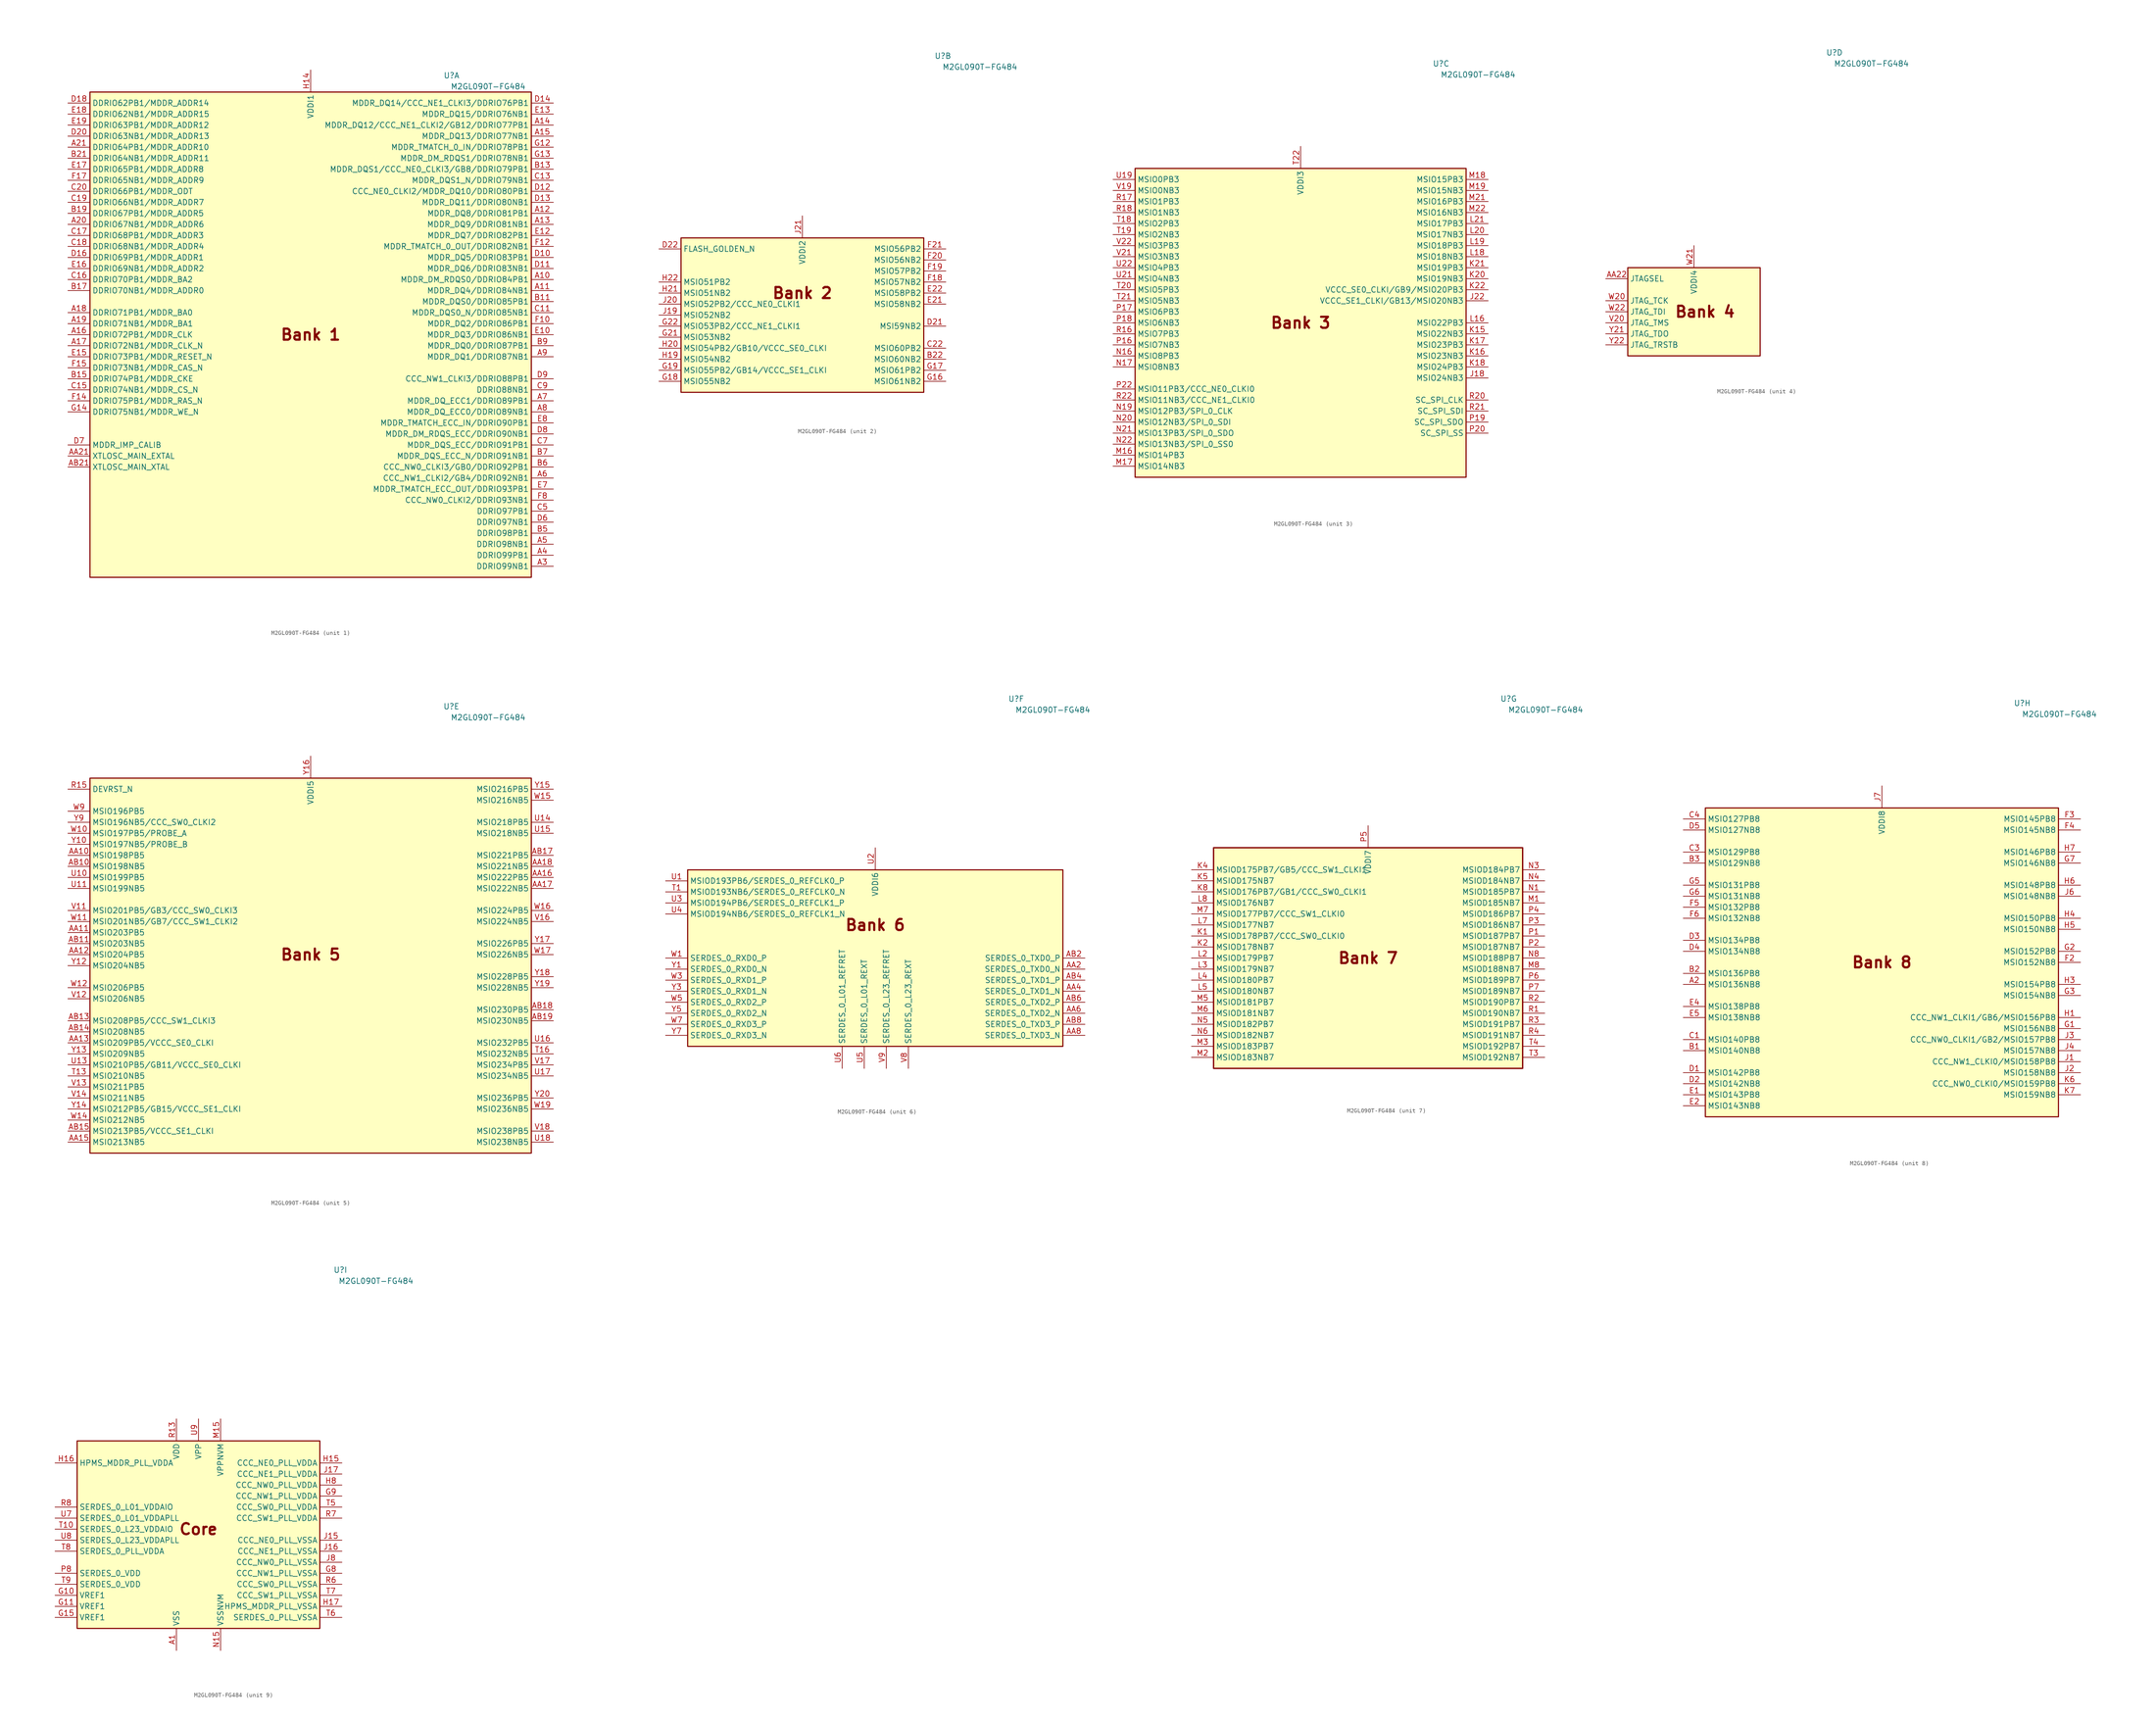
<source format=kicad_sym>
(kicad_symbol_lib
  (version 20200908)
  (generator kicad_symbol_editor)
  (symbol "FPGA_Microsemi:M2GL090T-FG484"
    (property "Reference" "U"
      (at 34.29 59.69 0)
      (effects (font (size 1.27 1.27)) (justify right)))
    (property "Value" "M2GL090T-FG484"
      (at 49.53 57.15 0)
      (effects (font (size 1.27 1.27)) (justify right)))
    (property "ki_locked" ""
      (at 0 0 0)
      (effects (font (size 1.27 1.27))))
    (symbol "M2GL090T-FG484_1_1"
      (text "Bank 1" (at 0 0 0) (effects (font (size 2.54 2.54) bold)))
      (rectangle (start -50.8 55.88) (end 50.8 -55.88) (stroke (width 0.254)) (fill (type background)))
      (pin bidirectional line (at 55.88 12.7 180) (length 5.08) (name "MDDR_DM_RDQS0/DDRIO84PB1" (effects (font (size 1.27 1.27)))) (number "A10" (effects (font (size 1.27 1.27)))))
      (pin bidirectional line (at 55.88 10.16 180) (length 5.08) (name "MDDR_DQ4/DDRIO84NB1" (effects (font (size 1.27 1.27)))) (number "A11" (effects (font (size 1.27 1.27)))))
      (pin bidirectional line (at 55.88 27.94 180) (length 5.08) (name "MDDR_DQ8/DDRIO81PB1" (effects (font (size 1.27 1.27)))) (number "A12" (effects (font (size 1.27 1.27)))))
      (pin bidirectional line (at 55.88 25.4 180) (length 5.08) (name "MDDR_DQ9/DDRIO81NB1" (effects (font (size 1.27 1.27)))) (number "A13" (effects (font (size 1.27 1.27)))))
      (pin bidirectional line (at 55.88 48.26 180) (length 5.08) (name "MDDR_DQ12/CCC_NE1_CLKI2/GB12/DDRIO77PB1" (effects (font (size 1.27 1.27)))) (number "A14" (effects (font (size 1.27 1.27)))))
      (pin bidirectional line (at 55.88 45.72 180) (length 5.08) (name "MDDR_DQ13/DDRIO77NB1" (effects (font (size 1.27 1.27)))) (number "A15" (effects (font (size 1.27 1.27)))))
      (pin bidirectional line (at -55.88 0 0) (length 5.08) (name "DDRIO72PB1/MDDR_CLK" (effects (font (size 1.27 1.27)))) (number "A16" (effects (font (size 1.27 1.27)))))
      (pin bidirectional line (at -55.88 -2.54 0) (length 5.08) (name "DDRIO72NB1/MDDR_CLK_N" (effects (font (size 1.27 1.27)))) (number "A17" (effects (font (size 1.27 1.27)))))
      (pin bidirectional line (at -55.88 5.08 0) (length 5.08) (name "DDRIO71PB1/MDDR_BA0" (effects (font (size 1.27 1.27)))) (number "A18" (effects (font (size 1.27 1.27)))))
      (pin bidirectional line (at -55.88 2.54 0) (length 5.08) (name "DDRIO71NB1/MDDR_BA1" (effects (font (size 1.27 1.27)))) (number "A19" (effects (font (size 1.27 1.27)))))
      (pin bidirectional line (at -55.88 25.4 0) (length 5.08) (name "DDRIO67NB1/MDDR_ADDR6" (effects (font (size 1.27 1.27)))) (number "A20" (effects (font (size 1.27 1.27)))))
      (pin bidirectional line (at -55.88 43.18 0) (length 5.08) (name "DDRIO64PB1/MDDR_ADDR10" (effects (font (size 1.27 1.27)))) (number "A21" (effects (font (size 1.27 1.27)))))
      (pin bidirectional line (at 55.88 -53.34 180) (length 5.08) (name "DDRIO99NB1" (effects (font (size 1.27 1.27)))) (number "A3" (effects (font (size 1.27 1.27)))))
      (pin bidirectional line (at 55.88 -50.8 180) (length 5.08) (name "DDRIO99PB1" (effects (font (size 1.27 1.27)))) (number "A4" (effects (font (size 1.27 1.27)))))
      (pin bidirectional line (at 55.88 -48.26 180) (length 5.08) (name "DDRIO98NB1" (effects (font (size 1.27 1.27)))) (number "A5" (effects (font (size 1.27 1.27)))))
      (pin bidirectional line (at 55.88 -33.02 180) (length 5.08) (name "CCC_NW1_CLKI2/GB4/DDRIO92NB1" (effects (font (size 1.27 1.27)))) (number "A6" (effects (font (size 1.27 1.27)))))
      (pin bidirectional line (at 55.88 -15.24 180) (length 5.08) (name "MDDR_DQ_ECC1/DDRIO89PB1" (effects (font (size 1.27 1.27)))) (number "A7" (effects (font (size 1.27 1.27)))))
      (pin bidirectional line (at 55.88 -17.78 180) (length 5.08) (name "MDDR_DQ_ECC0/DDRIO89NB1" (effects (font (size 1.27 1.27)))) (number "A8" (effects (font (size 1.27 1.27)))))
      (pin bidirectional line (at 55.88 -5.08 180) (length 5.08) (name "MDDR_DQ1/DDRIO87NB1" (effects (font (size 1.27 1.27)))) (number "A9" (effects (font (size 1.27 1.27)))))
      (pin input line (at -55.88 -27.94 0) (length 5.08) (name "XTLOSC_MAIN_EXTAL" (effects (font (size 1.27 1.27)))) (number "AA21" (effects (font (size 1.27 1.27)))))
      (pin input line (at -55.88 -30.48 0) (length 5.08) (name "XTLOSC_MAIN_XTAL" (effects (font (size 1.27 1.27)))) (number "AB21" (effects (font (size 1.27 1.27)))))
      (pin bidirectional line (at 55.88 7.62 180) (length 5.08) (name "MDDR_DQS0/DDRIO85PB1" (effects (font (size 1.27 1.27)))) (number "B11" (effects (font (size 1.27 1.27)))))
      (pin passive line (at 0 60.96 270) (length 5.08) hide (name "VDDI1" (effects (font (size 1.27 1.27)))) (number "B12" (effects (font (size 1.27 1.27)))))
      (pin bidirectional line (at 55.88 38.1 180) (length 5.08) (name "MDDR_DQS1/CCC_NE0_CLKI3/GB8/DDRIO79PB1" (effects (font (size 1.27 1.27)))) (number "B13" (effects (font (size 1.27 1.27)))))
      (pin bidirectional line (at -55.88 -10.16 0) (length 5.08) (name "DDRIO74PB1/MDDR_CKE" (effects (font (size 1.27 1.27)))) (number "B15" (effects (font (size 1.27 1.27)))))
      (pin passive line (at 0 60.96 270) (length 5.08) hide (name "VDDI1" (effects (font (size 1.27 1.27)))) (number "B16" (effects (font (size 1.27 1.27)))))
      (pin bidirectional line (at -55.88 10.16 0) (length 5.08) (name "DDRIO70NB1/MDDR_ADDR0" (effects (font (size 1.27 1.27)))) (number "B17" (effects (font (size 1.27 1.27)))))
      (pin bidirectional line (at -55.88 27.94 0) (length 5.08) (name "DDRIO67PB1/MDDR_ADDR5" (effects (font (size 1.27 1.27)))) (number "B19" (effects (font (size 1.27 1.27)))))
      (pin passive line (at 0 60.96 270) (length 5.08) hide (name "VDDI1" (effects (font (size 1.27 1.27)))) (number "B20" (effects (font (size 1.27 1.27)))))
      (pin bidirectional line (at -55.88 40.64 0) (length 5.08) (name "DDRIO64NB1/MDDR_ADDR11" (effects (font (size 1.27 1.27)))) (number "B21" (effects (font (size 1.27 1.27)))))
      (pin bidirectional line (at 55.88 -45.72 180) (length 5.08) (name "DDRIO98PB1" (effects (font (size 1.27 1.27)))) (number "B5" (effects (font (size 1.27 1.27)))))
      (pin bidirectional line (at 55.88 -30.48 180) (length 5.08) (name "CCC_NW0_CLKI3/GB0/DDRIO92PB1" (effects (font (size 1.27 1.27)))) (number "B6" (effects (font (size 1.27 1.27)))))
      (pin bidirectional line (at 55.88 -27.94 180) (length 5.08) (name "MDDR_DQS_ECC_N/DDRIO91NB1" (effects (font (size 1.27 1.27)))) (number "B7" (effects (font (size 1.27 1.27)))))
      (pin passive line (at 0 60.96 270) (length 5.08) hide (name "VDDI1" (effects (font (size 1.27 1.27)))) (number "B8" (effects (font (size 1.27 1.27)))))
      (pin bidirectional line (at 55.88 -2.54 180) (length 5.08) (name "MDDR_DQ0/DDRIO87PB1" (effects (font (size 1.27 1.27)))) (number "B9" (effects (font (size 1.27 1.27)))))
      (pin passive line (at 0 60.96 270) (length 5.08) hide (name "VDDI1" (effects (font (size 1.27 1.27)))) (number "C10" (effects (font (size 1.27 1.27)))))
      (pin bidirectional line (at 55.88 5.08 180) (length 5.08) (name "MDDR_DQS0_N/DDRIO85NB1" (effects (font (size 1.27 1.27)))) (number "C11" (effects (font (size 1.27 1.27)))))
      (pin bidirectional line (at 55.88 35.56 180) (length 5.08) (name "MDDR_DQS1_N/DDRIO79NB1" (effects (font (size 1.27 1.27)))) (number "C13" (effects (font (size 1.27 1.27)))))
      (pin passive line (at 0 60.96 270) (length 5.08) hide (name "VDDI1" (effects (font (size 1.27 1.27)))) (number "C14" (effects (font (size 1.27 1.27)))))
      (pin bidirectional line (at -55.88 -12.7 0) (length 5.08) (name "DDRIO74NB1/MDDR_CS_N" (effects (font (size 1.27 1.27)))) (number "C15" (effects (font (size 1.27 1.27)))))
      (pin bidirectional line (at -55.88 12.7 0) (length 5.08) (name "DDRIO70PB1/MDDR_BA2" (effects (font (size 1.27 1.27)))) (number "C16" (effects (font (size 1.27 1.27)))))
      (pin bidirectional line (at -55.88 22.86 0) (length 5.08) (name "DDRIO68PB1/MDDR_ADDR3" (effects (font (size 1.27 1.27)))) (number "C17" (effects (font (size 1.27 1.27)))))
      (pin bidirectional line (at -55.88 20.32 0) (length 5.08) (name "DDRIO68NB1/MDDR_ADDR4" (effects (font (size 1.27 1.27)))) (number "C18" (effects (font (size 1.27 1.27)))))
      (pin bidirectional line (at -55.88 30.48 0) (length 5.08) (name "DDRIO66NB1/MDDR_ADDR7" (effects (font (size 1.27 1.27)))) (number "C19" (effects (font (size 1.27 1.27)))))
      (pin bidirectional line (at -55.88 33.02 0) (length 5.08) (name "DDRIO66PB1/MDDR_ODT" (effects (font (size 1.27 1.27)))) (number "C20" (effects (font (size 1.27 1.27)))))
      (pin bidirectional line (at 55.88 -40.64 180) (length 5.08) (name "DDRIO97PB1" (effects (font (size 1.27 1.27)))) (number "C5" (effects (font (size 1.27 1.27)))))
      (pin passive line (at 0 60.96 270) (length 5.08) hide (name "VDDI1" (effects (font (size 1.27 1.27)))) (number "C6" (effects (font (size 1.27 1.27)))))
      (pin bidirectional line (at 55.88 -25.4 180) (length 5.08) (name "MDDR_DQS_ECC/DDRIO91PB1" (effects (font (size 1.27 1.27)))) (number "C7" (effects (font (size 1.27 1.27)))))
      (pin bidirectional line (at 55.88 -12.7 180) (length 5.08) (name "DDRIO88NB1" (effects (font (size 1.27 1.27)))) (number "C9" (effects (font (size 1.27 1.27)))))
      (pin bidirectional line (at 55.88 17.78 180) (length 5.08) (name "MDDR_DQ5/DDRIO83PB1" (effects (font (size 1.27 1.27)))) (number "D10" (effects (font (size 1.27 1.27)))))
      (pin bidirectional line (at 55.88 15.24 180) (length 5.08) (name "MDDR_DQ6/DDRIO83NB1" (effects (font (size 1.27 1.27)))) (number "D11" (effects (font (size 1.27 1.27)))))
      (pin bidirectional line (at 55.88 33.02 180) (length 5.08) (name "CCC_NE0_CLKI2/MDDR_DQ10/DDRIO80PB1" (effects (font (size 1.27 1.27)))) (number "D12" (effects (font (size 1.27 1.27)))))
      (pin bidirectional line (at 55.88 30.48 180) (length 5.08) (name "MDDR_DQ11/DDRIO80NB1" (effects (font (size 1.27 1.27)))) (number "D13" (effects (font (size 1.27 1.27)))))
      (pin bidirectional line (at 55.88 53.34 180) (length 5.08) (name "MDDR_DQ14/CCC_NE1_CLKI3/DDRIO76PB1" (effects (font (size 1.27 1.27)))) (number "D14" (effects (font (size 1.27 1.27)))))
      (pin bidirectional line (at -55.88 17.78 0) (length 5.08) (name "DDRIO69PB1/MDDR_ADDR1" (effects (font (size 1.27 1.27)))) (number "D16" (effects (font (size 1.27 1.27)))))
      (pin passive line (at 0 60.96 270) (length 5.08) hide (name "VDDI1" (effects (font (size 1.27 1.27)))) (number "D17" (effects (font (size 1.27 1.27)))))
      (pin bidirectional line (at -55.88 53.34 0) (length 5.08) (name "DDRIO62PB1/MDDR_ADDR14" (effects (font (size 1.27 1.27)))) (number "D18" (effects (font (size 1.27 1.27)))))
      (pin bidirectional line (at -55.88 45.72 0) (length 5.08) (name "DDRIO63NB1/MDDR_ADDR13" (effects (font (size 1.27 1.27)))) (number "D20" (effects (font (size 1.27 1.27)))))
      (pin bidirectional line (at 55.88 -43.18 180) (length 5.08) (name "DDRIO97NB1" (effects (font (size 1.27 1.27)))) (number "D6" (effects (font (size 1.27 1.27)))))
      (pin input line (at -55.88 -25.4 0) (length 5.08) (name "MDDR_IMP_CALIB" (effects (font (size 1.27 1.27)))) (number "D7" (effects (font (size 1.27 1.27)))))
      (pin bidirectional line (at 55.88 -22.86 180) (length 5.08) (name "MDDR_DM_RDQS_ECC/DDRIO90NB1" (effects (font (size 1.27 1.27)))) (number "D8" (effects (font (size 1.27 1.27)))))
      (pin bidirectional line (at 55.88 -10.16 180) (length 5.08) (name "CCC_NW1_CLKI3/DDRIO88PB1" (effects (font (size 1.27 1.27)))) (number "D9" (effects (font (size 1.27 1.27)))))
      (pin bidirectional line (at 55.88 0 180) (length 5.08) (name "MDDR_DQ3/DDRIO86NB1" (effects (font (size 1.27 1.27)))) (number "E10" (effects (font (size 1.27 1.27)))))
      (pin passive line (at 0 60.96 270) (length 5.08) hide (name "VDDI1" (effects (font (size 1.27 1.27)))) (number "E11" (effects (font (size 1.27 1.27)))))
      (pin bidirectional line (at 55.88 22.86 180) (length 5.08) (name "MDDR_DQ7/DDRIO82PB1" (effects (font (size 1.27 1.27)))) (number "E12" (effects (font (size 1.27 1.27)))))
      (pin bidirectional line (at 55.88 50.8 180) (length 5.08) (name "MDDR_DQ15/DDRIO76NB1" (effects (font (size 1.27 1.27)))) (number "E13" (effects (font (size 1.27 1.27)))))
      (pin bidirectional line (at -55.88 -5.08 0) (length 5.08) (name "DDRIO73PB1/MDDR_RESET_N" (effects (font (size 1.27 1.27)))) (number "E15" (effects (font (size 1.27 1.27)))))
      (pin bidirectional line (at -55.88 15.24 0) (length 5.08) (name "DDRIO69NB1/MDDR_ADDR2" (effects (font (size 1.27 1.27)))) (number "E16" (effects (font (size 1.27 1.27)))))
      (pin bidirectional line (at -55.88 38.1 0) (length 5.08) (name "DDRIO65PB1/MDDR_ADDR8" (effects (font (size 1.27 1.27)))) (number "E17" (effects (font (size 1.27 1.27)))))
      (pin bidirectional line (at -55.88 50.8 0) (length 5.08) (name "DDRIO62NB1/MDDR_ADDR15" (effects (font (size 1.27 1.27)))) (number "E18" (effects (font (size 1.27 1.27)))))
      (pin bidirectional line (at -55.88 48.26 0) (length 5.08) (name "DDRIO63PB1/MDDR_ADDR12" (effects (font (size 1.27 1.27)))) (number "E19" (effects (font (size 1.27 1.27)))))
      (pin bidirectional line (at 55.88 -35.56 180) (length 5.08) (name "MDDR_TMATCH_ECC_OUT/DDRIO93PB1" (effects (font (size 1.27 1.27)))) (number "E7" (effects (font (size 1.27 1.27)))))
      (pin output line (at 55.88 -20.32 180) (length 5.08) (name "MDDR_TMATCH_ECC_IN/DDRIO90PB1" (effects (font (size 1.27 1.27)))) (number "E8" (effects (font (size 1.27 1.27)))))
      (pin bidirectional line (at 55.88 2.54 180) (length 5.08) (name "MDDR_DQ2/DDRIO86PB1" (effects (font (size 1.27 1.27)))) (number "F10" (effects (font (size 1.27 1.27)))))
      (pin bidirectional line (at 55.88 20.32 180) (length 5.08) (name "MDDR_TMATCH_0_OUT/DDRIO82NB1" (effects (font (size 1.27 1.27)))) (number "F12" (effects (font (size 1.27 1.27)))))
      (pin passive line (at 0 60.96 270) (length 5.08) hide (name "VDDI1" (effects (font (size 1.27 1.27)))) (number "F13" (effects (font (size 1.27 1.27)))))
      (pin bidirectional line (at -55.88 -15.24 0) (length 5.08) (name "DDRIO75PB1/MDDR_RAS_N" (effects (font (size 1.27 1.27)))) (number "F14" (effects (font (size 1.27 1.27)))))
      (pin bidirectional line (at -55.88 -7.62 0) (length 5.08) (name "DDRIO73NB1/MDDR_CAS_N" (effects (font (size 1.27 1.27)))) (number "F15" (effects (font (size 1.27 1.27)))))
      (pin bidirectional line (at -55.88 35.56 0) (length 5.08) (name "DDRIO65NB1/MDDR_ADDR9" (effects (font (size 1.27 1.27)))) (number "F17" (effects (font (size 1.27 1.27)))))
      (pin passive line (at 0 60.96 270) (length 5.08) hide (name "VDDI1" (effects (font (size 1.27 1.27)))) (number "F7" (effects (font (size 1.27 1.27)))))
      (pin bidirectional line (at 55.88 -38.1 180) (length 5.08) (name "CCC_NW0_CLKI2/DDRIO93NB1" (effects (font (size 1.27 1.27)))) (number "F8" (effects (font (size 1.27 1.27)))))
      (pin passive line (at 0 60.96 270) (length 5.08) hide (name "VDDI1" (effects (font (size 1.27 1.27)))) (number "F9" (effects (font (size 1.27 1.27)))))
      (pin bidirectional line (at 55.88 43.18 180) (length 5.08) (name "MDDR_TMATCH_0_IN/DDRIO78PB1" (effects (font (size 1.27 1.27)))) (number "G12" (effects (font (size 1.27 1.27)))))
      (pin bidirectional line (at 55.88 40.64 180) (length 5.08) (name "MDDR_DM_RDQS1/DDRIO78NB1" (effects (font (size 1.27 1.27)))) (number "G13" (effects (font (size 1.27 1.27)))))
      (pin bidirectional line (at -55.88 -17.78 0) (length 5.08) (name "DDRIO75NB1/MDDR_WE_N" (effects (font (size 1.27 1.27)))) (number "G14" (effects (font (size 1.27 1.27)))))
      (pin passive line (at 0 60.96 270) (length 5.08) hide (name "VDDI1" (effects (font (size 1.27 1.27)))) (number "H12" (effects (font (size 1.27 1.27)))))
      (pin power_in line (at 0 60.96 270) (length 5.08) (name "VDDI1" (effects (font (size 1.27 1.27)))) (number "H14" (effects (font (size 1.27 1.27))))))
    (symbol "M2GL090T-FG484_2_1"
      (text "Bank 2" (at 0 5.08 0) (effects (font (size 2.54 2.54) bold)))
      (rectangle (start -27.94 17.78) (end 27.94 -17.78) (stroke (width 0.254)) (fill (type background)))
      (pin bidirectional line (at 33.02 -10.16 180) (length 5.08) (name "MSIO60NB2" (effects (font (size 1.27 1.27)))) (number "B22" (effects (font (size 1.27 1.27)))))
      (pin bidirectional line (at 33.02 -7.62 180) (length 5.08) (name "MSIO60PB2" (effects (font (size 1.27 1.27)))) (number "C22" (effects (font (size 1.27 1.27)))))
      (pin input line (at 33.02 -2.54 180) (length 5.08) (name "MSI59NB2" (effects (font (size 1.27 1.27)))) (number "D21" (effects (font (size 1.27 1.27)))))
      (pin input line (at -33.02 15.24 0) (length 5.08) (name "FLASH_GOLDEN_N" (effects (font (size 1.27 1.27)))) (number "D22" (effects (font (size 1.27 1.27)))))
      (pin passive line (at 0 22.86 270) (length 5.08) hide (name "VDDI2" (effects (font (size 1.27 1.27)))) (number "E20" (effects (font (size 1.27 1.27)))))
      (pin bidirectional line (at 33.02 2.54 180) (length 5.08) (name "MSIO58NB2" (effects (font (size 1.27 1.27)))) (number "E21" (effects (font (size 1.27 1.27)))))
      (pin bidirectional line (at 33.02 5.08 180) (length 5.08) (name "MSIO58PB2" (effects (font (size 1.27 1.27)))) (number "E22" (effects (font (size 1.27 1.27)))))
      (pin bidirectional line (at 33.02 7.62 180) (length 5.08) (name "MSIO57NB2" (effects (font (size 1.27 1.27)))) (number "F18" (effects (font (size 1.27 1.27)))))
      (pin bidirectional line (at 33.02 10.16 180) (length 5.08) (name "MSIO57PB2" (effects (font (size 1.27 1.27)))) (number "F19" (effects (font (size 1.27 1.27)))))
      (pin bidirectional line (at 33.02 12.7 180) (length 5.08) (name "MSIO56NB2" (effects (font (size 1.27 1.27)))) (number "F20" (effects (font (size 1.27 1.27)))))
      (pin bidirectional line (at 33.02 15.24 180) (length 5.08) (name "MSIO56PB2" (effects (font (size 1.27 1.27)))) (number "F21" (effects (font (size 1.27 1.27)))))
      (pin passive line (at 0 22.86 270) (length 5.08) hide (name "VDDI2" (effects (font (size 1.27 1.27)))) (number "F22" (effects (font (size 1.27 1.27)))))
      (pin bidirectional line (at 33.02 -15.24 180) (length 5.08) (name "MSIO61NB2" (effects (font (size 1.27 1.27)))) (number "G16" (effects (font (size 1.27 1.27)))))
      (pin bidirectional line (at 33.02 -12.7 180) (length 5.08) (name "MSIO61PB2" (effects (font (size 1.27 1.27)))) (number "G17" (effects (font (size 1.27 1.27)))))
      (pin bidirectional line (at -33.02 -15.24 0) (length 5.08) (name "MSIO55NB2" (effects (font (size 1.27 1.27)))) (number "G18" (effects (font (size 1.27 1.27)))))
      (pin bidirectional line (at -33.02 -12.7 0) (length 5.08) (name "MSIO55PB2/GB14/VCCC_SE1_CLKI" (effects (font (size 1.27 1.27)))) (number "G19" (effects (font (size 1.27 1.27)))))
      (pin bidirectional line (at -33.02 -5.08 0) (length 5.08) (name "MSIO53NB2" (effects (font (size 1.27 1.27)))) (number "G21" (effects (font (size 1.27 1.27)))))
      (pin bidirectional line (at -33.02 -2.54 0) (length 5.08) (name "MSIO53PB2/CCC_NE1_CLKI1" (effects (font (size 1.27 1.27)))) (number "G22" (effects (font (size 1.27 1.27)))))
      (pin passive line (at 0 22.86 270) (length 5.08) hide (name "VDDI2" (effects (font (size 1.27 1.27)))) (number "H18" (effects (font (size 1.27 1.27)))))
      (pin bidirectional line (at -33.02 -10.16 0) (length 5.08) (name "MSIO54NB2" (effects (font (size 1.27 1.27)))) (number "H19" (effects (font (size 1.27 1.27)))))
      (pin bidirectional line (at -33.02 -7.62 0) (length 5.08) (name "MSIO54PB2/GB10/VCCC_SE0_CLKI" (effects (font (size 1.27 1.27)))) (number "H20" (effects (font (size 1.27 1.27)))))
      (pin bidirectional line (at -33.02 5.08 0) (length 5.08) (name "MSIO51NB2" (effects (font (size 1.27 1.27)))) (number "H21" (effects (font (size 1.27 1.27)))))
      (pin bidirectional line (at -33.02 7.62 0) (length 5.08) (name "MSIO51PB2" (effects (font (size 1.27 1.27)))) (number "H22" (effects (font (size 1.27 1.27)))))
      (pin bidirectional line (at -33.02 0 0) (length 5.08) (name "MSIO52NB2" (effects (font (size 1.27 1.27)))) (number "J19" (effects (font (size 1.27 1.27)))))
      (pin bidirectional line (at -33.02 2.54 0) (length 5.08) (name "MSIO52PB2/CCC_NE0_CLKI1" (effects (font (size 1.27 1.27)))) (number "J20" (effects (font (size 1.27 1.27)))))
      (pin power_in line (at 0 22.86 270) (length 5.08) (name "VDDI2" (effects (font (size 1.27 1.27)))) (number "J21" (effects (font (size 1.27 1.27))))))
    (symbol "M2GL090T-FG484_3_1"
      (text "Bank 3" (at 0 0 0) (effects (font (size 2.54 2.54) bold)))
      (rectangle (start -38.1 35.56) (end 38.1 -35.56) (stroke (width 0.254)) (fill (type background)))
      (pin bidirectional line (at 43.18 -12.7 180) (length 5.08) (name "MSIO24NB3" (effects (font (size 1.27 1.27)))) (number "J18" (effects (font (size 1.27 1.27)))))
      (pin bidirectional line (at 43.18 5.08 180) (length 5.08) (name "VCCC_SE1_CLKI/GB13/MSIO20NB3" (effects (font (size 1.27 1.27)))) (number "J22" (effects (font (size 1.27 1.27)))))
      (pin bidirectional line (at 43.18 -2.54 180) (length 5.08) (name "MSIO22NB3" (effects (font (size 1.27 1.27)))) (number "K15" (effects (font (size 1.27 1.27)))))
      (pin bidirectional line (at 43.18 -7.62 180) (length 5.08) (name "MSIO23NB3" (effects (font (size 1.27 1.27)))) (number "K16" (effects (font (size 1.27 1.27)))))
      (pin bidirectional line (at 43.18 -5.08 180) (length 5.08) (name "MSIO23PB3" (effects (font (size 1.27 1.27)))) (number "K17" (effects (font (size 1.27 1.27)))))
      (pin bidirectional line (at 43.18 -10.16 180) (length 5.08) (name "MSIO24PB3" (effects (font (size 1.27 1.27)))) (number "K18" (effects (font (size 1.27 1.27)))))
      (pin bidirectional line (at 43.18 10.16 180) (length 5.08) (name "MSIO19NB3" (effects (font (size 1.27 1.27)))) (number "K20" (effects (font (size 1.27 1.27)))))
      (pin bidirectional line (at 43.18 12.7 180) (length 5.08) (name "MSIO19PB3" (effects (font (size 1.27 1.27)))) (number "K21" (effects (font (size 1.27 1.27)))))
      (pin bidirectional line (at 43.18 7.62 180) (length 5.08) (name "VCCC_SE0_CLKI/GB9/MSIO20PB3" (effects (font (size 1.27 1.27)))) (number "K22" (effects (font (size 1.27 1.27)))))
      (pin bidirectional line (at 43.18 0 180) (length 5.08) (name "MSIO22PB3" (effects (font (size 1.27 1.27)))) (number "L16" (effects (font (size 1.27 1.27)))))
      (pin passive line (at 0 40.64 270) (length 5.08) hide (name "VDDI3" (effects (font (size 1.27 1.27)))) (number "L17" (effects (font (size 1.27 1.27)))))
      (pin bidirectional line (at 43.18 15.24 180) (length 5.08) (name "MSIO18NB3" (effects (font (size 1.27 1.27)))) (number "L18" (effects (font (size 1.27 1.27)))))
      (pin bidirectional line (at 43.18 17.78 180) (length 5.08) (name "MSIO18PB3" (effects (font (size 1.27 1.27)))) (number "L19" (effects (font (size 1.27 1.27)))))
      (pin bidirectional line (at 43.18 20.32 180) (length 5.08) (name "MSIO17NB3" (effects (font (size 1.27 1.27)))) (number "L20" (effects (font (size 1.27 1.27)))))
      (pin bidirectional line (at 43.18 22.86 180) (length 5.08) (name "MSIO17PB3" (effects (font (size 1.27 1.27)))) (number "L21" (effects (font (size 1.27 1.27)))))
      (pin bidirectional line (at -43.18 -30.48 0) (length 5.08) (name "MSIO14PB3" (effects (font (size 1.27 1.27)))) (number "M16" (effects (font (size 1.27 1.27)))))
      (pin bidirectional line (at -43.18 -33.02 0) (length 5.08) (name "MSIO14NB3" (effects (font (size 1.27 1.27)))) (number "M17" (effects (font (size 1.27 1.27)))))
      (pin bidirectional line (at 43.18 33.02 180) (length 5.08) (name "MSIO15PB3" (effects (font (size 1.27 1.27)))) (number "M18" (effects (font (size 1.27 1.27)))))
      (pin bidirectional line (at 43.18 30.48 180) (length 5.08) (name "MSIO15NB3" (effects (font (size 1.27 1.27)))) (number "M19" (effects (font (size 1.27 1.27)))))
      (pin passive line (at 0 40.64 270) (length 5.08) hide (name "VDDI3" (effects (font (size 1.27 1.27)))) (number "M20" (effects (font (size 1.27 1.27)))))
      (pin bidirectional line (at 43.18 27.94 180) (length 5.08) (name "MSIO16PB3" (effects (font (size 1.27 1.27)))) (number "M21" (effects (font (size 1.27 1.27)))))
      (pin bidirectional line (at 43.18 25.4 180) (length 5.08) (name "MSIO16NB3" (effects (font (size 1.27 1.27)))) (number "M22" (effects (font (size 1.27 1.27)))))
      (pin bidirectional line (at -43.18 -7.62 0) (length 5.08) (name "MSIO8PB3" (effects (font (size 1.27 1.27)))) (number "N16" (effects (font (size 1.27 1.27)))))
      (pin bidirectional line (at -43.18 -10.16 0) (length 5.08) (name "MSIO8NB3" (effects (font (size 1.27 1.27)))) (number "N17" (effects (font (size 1.27 1.27)))))
      (pin bidirectional line (at -43.18 -20.32 0) (length 5.08) (name "MSIO12PB3/SPI_0_CLK" (effects (font (size 1.27 1.27)))) (number "N19" (effects (font (size 1.27 1.27)))))
      (pin bidirectional line (at -43.18 -22.86 0) (length 5.08) (name "MSIO12NB3/SPI_0_SDI" (effects (font (size 1.27 1.27)))) (number "N20" (effects (font (size 1.27 1.27)))))
      (pin bidirectional line (at -43.18 -25.4 0) (length 5.08) (name "MSIO13PB3/SPI_0_SDO" (effects (font (size 1.27 1.27)))) (number "N21" (effects (font (size 1.27 1.27)))))
      (pin bidirectional line (at -43.18 -27.94 0) (length 5.08) (name "MSIO13NB3/SPI_0_SS0" (effects (font (size 1.27 1.27)))) (number "N22" (effects (font (size 1.27 1.27)))))
      (pin bidirectional line (at -43.18 -5.08 0) (length 5.08) (name "MSIO7NB3" (effects (font (size 1.27 1.27)))) (number "P16" (effects (font (size 1.27 1.27)))))
      (pin bidirectional line (at -43.18 2.54 0) (length 5.08) (name "MSIO6PB3" (effects (font (size 1.27 1.27)))) (number "P17" (effects (font (size 1.27 1.27)))))
      (pin bidirectional line (at -43.18 0 0) (length 5.08) (name "MSIO6NB3" (effects (font (size 1.27 1.27)))) (number "P18" (effects (font (size 1.27 1.27)))))
      (pin output line (at 43.18 -22.86 180) (length 5.08) (name "SC_SPI_SDO" (effects (font (size 1.27 1.27)))) (number "P19" (effects (font (size 1.27 1.27)))))
      (pin output line (at 43.18 -25.4 180) (length 5.08) (name "SC_SPI_SS" (effects (font (size 1.27 1.27)))) (number "P20" (effects (font (size 1.27 1.27)))))
      (pin bidirectional line (at -43.18 -15.24 0) (length 5.08) (name "MSIO11PB3/CCC_NE0_CLKI0" (effects (font (size 1.27 1.27)))) (number "P22" (effects (font (size 1.27 1.27)))))
      (pin bidirectional line (at -43.18 -2.54 0) (length 5.08) (name "MSIO7PB3" (effects (font (size 1.27 1.27)))) (number "R16" (effects (font (size 1.27 1.27)))))
      (pin bidirectional line (at -43.18 27.94 0) (length 5.08) (name "MSIO1PB3" (effects (font (size 1.27 1.27)))) (number "R17" (effects (font (size 1.27 1.27)))))
      (pin bidirectional line (at -43.18 25.4 0) (length 5.08) (name "MSIO1NB3" (effects (font (size 1.27 1.27)))) (number "R18" (effects (font (size 1.27 1.27)))))
      (pin passive line (at 0 40.64 270) (length 5.08) hide (name "VDDI3" (effects (font (size 1.27 1.27)))) (number "R19" (effects (font (size 1.27 1.27)))))
      (pin output line (at 43.18 -17.78 180) (length 5.08) (name "SC_SPI_CLK" (effects (font (size 1.27 1.27)))) (number "R20" (effects (font (size 1.27 1.27)))))
      (pin input line (at 43.18 -20.32 180) (length 5.08) (name "SC_SPI_SDI" (effects (font (size 1.27 1.27)))) (number "R21" (effects (font (size 1.27 1.27)))))
      (pin bidirectional line (at -43.18 -17.78 0) (length 5.08) (name "MSIO11NB3/CCC_NE1_CLKI0" (effects (font (size 1.27 1.27)))) (number "R22" (effects (font (size 1.27 1.27)))))
      (pin bidirectional line (at -43.18 22.86 0) (length 5.08) (name "MSIO2PB3" (effects (font (size 1.27 1.27)))) (number "T18" (effects (font (size 1.27 1.27)))))
      (pin bidirectional line (at -43.18 20.32 0) (length 5.08) (name "MSIO2NB3" (effects (font (size 1.27 1.27)))) (number "T19" (effects (font (size 1.27 1.27)))))
      (pin bidirectional line (at -43.18 7.62 0) (length 5.08) (name "MSIO5PB3" (effects (font (size 1.27 1.27)))) (number "T20" (effects (font (size 1.27 1.27)))))
      (pin bidirectional line (at -43.18 5.08 0) (length 5.08) (name "MSIO5NB3" (effects (font (size 1.27 1.27)))) (number "T21" (effects (font (size 1.27 1.27)))))
      (pin power_in line (at 0 40.64 270) (length 5.08) (name "VDDI3" (effects (font (size 1.27 1.27)))) (number "T22" (effects (font (size 1.27 1.27)))))
      (pin bidirectional line (at -43.18 33.02 0) (length 5.08) (name "MSIO0PB3" (effects (font (size 1.27 1.27)))) (number "U19" (effects (font (size 1.27 1.27)))))
      (pin bidirectional line (at -43.18 10.16 0) (length 5.08) (name "MSIO4NB3" (effects (font (size 1.27 1.27)))) (number "U21" (effects (font (size 1.27 1.27)))))
      (pin bidirectional line (at -43.18 12.7 0) (length 5.08) (name "MSIO4PB3" (effects (font (size 1.27 1.27)))) (number "U22" (effects (font (size 1.27 1.27)))))
      (pin bidirectional line (at -43.18 30.48 0) (length 5.08) (name "MSIO0NB3" (effects (font (size 1.27 1.27)))) (number "V19" (effects (font (size 1.27 1.27)))))
      (pin bidirectional line (at -43.18 15.24 0) (length 5.08) (name "MSIO3NB3" (effects (font (size 1.27 1.27)))) (number "V21" (effects (font (size 1.27 1.27)))))
      (pin bidirectional line (at -43.18 17.78 0) (length 5.08) (name "MSIO3PB3" (effects (font (size 1.27 1.27)))) (number "V22" (effects (font (size 1.27 1.27))))))
    (symbol "M2GL090T-FG484_4_1"
      (text "Bank 4" (at 2.54 0 0) (effects (font (size 2.54 2.54) bold)))
      (rectangle (start -15.24 10.16) (end 15.24 -10.16) (stroke (width 0.254)) (fill (type background)))
      (pin input line (at -20.32 7.62 0) (length 5.08) (name "JTAGSEL" (effects (font (size 1.27 1.27)))) (number "AA22" (effects (font (size 1.27 1.27)))))
      (pin input line (at -20.32 -2.54 0) (length 5.08) (name "JTAG_TMS" (effects (font (size 1.27 1.27)))) (number "V20" (effects (font (size 1.27 1.27)))))
      (pin input line (at -20.32 2.54 0) (length 5.08) (name "JTAG_TCK" (effects (font (size 1.27 1.27)))) (number "W20" (effects (font (size 1.27 1.27)))))
      (pin power_in line (at 0 15.24 270) (length 5.08) (name "VDDI4" (effects (font (size 1.27 1.27)))) (number "W21" (effects (font (size 1.27 1.27)))))
      (pin input line (at -20.32 0 0) (length 5.08) (name "JTAG_TDI" (effects (font (size 1.27 1.27)))) (number "W22" (effects (font (size 1.27 1.27)))))
      (pin output line (at -20.32 -5.08 0) (length 5.08) (name "JTAG_TDO" (effects (font (size 1.27 1.27)))) (number "Y21" (effects (font (size 1.27 1.27)))))
      (pin input line (at -20.32 -7.62 0) (length 5.08) (name "JTAG_TRSTB" (effects (font (size 1.27 1.27)))) (number "Y22" (effects (font (size 1.27 1.27))))))
    (symbol "M2GL090T-FG484_5_1"
      (text "Bank 5" (at 0 2.54 0) (effects (font (size 2.54 2.54) bold)))
      (rectangle (start -50.8 43.18) (end 50.8 -43.18) (stroke (width 0.254)) (fill (type background)))
      (pin bidirectional line (at -55.88 25.4 0) (length 5.08) (name "MSIO198PB5" (effects (font (size 1.27 1.27)))) (number "AA10" (effects (font (size 1.27 1.27)))))
      (pin bidirectional line (at -55.88 7.62 0) (length 5.08) (name "MSIO203PB5" (effects (font (size 1.27 1.27)))) (number "AA11" (effects (font (size 1.27 1.27)))))
      (pin bidirectional line (at -55.88 2.54 0) (length 5.08) (name "MSIO204PB5" (effects (font (size 1.27 1.27)))) (number "AA12" (effects (font (size 1.27 1.27)))))
      (pin bidirectional line (at -55.88 -17.78 0) (length 5.08) (name "MSIO209PB5/VCCC_SE0_CLKI" (effects (font (size 1.27 1.27)))) (number "AA13" (effects (font (size 1.27 1.27)))))
      (pin bidirectional line (at -55.88 -40.64 0) (length 5.08) (name "MSIO213NB5" (effects (font (size 1.27 1.27)))) (number "AA15" (effects (font (size 1.27 1.27)))))
      (pin bidirectional line (at 55.88 20.32 180) (length 5.08) (name "MSIO222PB5" (effects (font (size 1.27 1.27)))) (number "AA16" (effects (font (size 1.27 1.27)))))
      (pin bidirectional line (at 55.88 17.78 180) (length 5.08) (name "MSIO222NB5" (effects (font (size 1.27 1.27)))) (number "AA17" (effects (font (size 1.27 1.27)))))
      (pin bidirectional line (at 55.88 22.86 180) (length 5.08) (name "MSIO221NB5" (effects (font (size 1.27 1.27)))) (number "AA18" (effects (font (size 1.27 1.27)))))
      (pin passive line (at 0 48.26 270) (length 5.08) hide (name "VDDI5" (effects (font (size 1.27 1.27)))) (number "AA19" (effects (font (size 1.27 1.27)))))
      (pin bidirectional line (at -55.88 22.86 0) (length 5.08) (name "MSIO198NB5" (effects (font (size 1.27 1.27)))) (number "AB10" (effects (font (size 1.27 1.27)))))
      (pin bidirectional line (at -55.88 5.08 0) (length 5.08) (name "MSIO203NB5" (effects (font (size 1.27 1.27)))) (number "AB11" (effects (font (size 1.27 1.27)))))
      (pin passive line (at 0 48.26 270) (length 5.08) hide (name "VDDI5" (effects (font (size 1.27 1.27)))) (number "AB12" (effects (font (size 1.27 1.27)))))
      (pin bidirectional line (at -55.88 -12.7 0) (length 5.08) (name "MSIO208PB5/CCC_SW1_CLKI3" (effects (font (size 1.27 1.27)))) (number "AB13" (effects (font (size 1.27 1.27)))))
      (pin bidirectional line (at -55.88 -15.24 0) (length 5.08) (name "MSIO208NB5" (effects (font (size 1.27 1.27)))) (number "AB14" (effects (font (size 1.27 1.27)))))
      (pin bidirectional line (at -55.88 -38.1 0) (length 5.08) (name "MSIO213PB5/VCCC_SE1_CLKI" (effects (font (size 1.27 1.27)))) (number "AB15" (effects (font (size 1.27 1.27)))))
      (pin bidirectional line (at 55.88 25.4 180) (length 5.08) (name "MSIO221PB5" (effects (font (size 1.27 1.27)))) (number "AB17" (effects (font (size 1.27 1.27)))))
      (pin bidirectional line (at 55.88 -10.16 180) (length 5.08) (name "MSIO230PB5" (effects (font (size 1.27 1.27)))) (number "AB18" (effects (font (size 1.27 1.27)))))
      (pin bidirectional line (at 55.88 -12.7 180) (length 5.08) (name "MSIO230NB5" (effects (font (size 1.27 1.27)))) (number "AB19" (effects (font (size 1.27 1.27)))))
      (pin input line (at -55.88 40.64 0) (length 5.08) (name "DEVRST_N" (effects (font (size 1.27 1.27)))) (number "R15" (effects (font (size 1.27 1.27)))))
      (pin bidirectional line (at -55.88 -25.4 0) (length 5.08) (name "MSIO210NB5" (effects (font (size 1.27 1.27)))) (number "T13" (effects (font (size 1.27 1.27)))))
      (pin passive line (at 0 48.26 270) (length 5.08) hide (name "VDDI5" (effects (font (size 1.27 1.27)))) (number "T14" (effects (font (size 1.27 1.27)))))
      (pin bidirectional line (at 55.88 -20.32 180) (length 5.08) (name "MSIO232NB5" (effects (font (size 1.27 1.27)))) (number "T16" (effects (font (size 1.27 1.27)))))
      (pin bidirectional line (at -55.88 20.32 0) (length 5.08) (name "MSIO199PB5" (effects (font (size 1.27 1.27)))) (number "U10" (effects (font (size 1.27 1.27)))))
      (pin bidirectional line (at -55.88 17.78 0) (length 5.08) (name "MSIO199NB5" (effects (font (size 1.27 1.27)))) (number "U11" (effects (font (size 1.27 1.27)))))
      (pin bidirectional line (at -55.88 -22.86 0) (length 5.08) (name "MSIO210PB5/GB11/VCCC_SE0_CLKI" (effects (font (size 1.27 1.27)))) (number "U13" (effects (font (size 1.27 1.27)))))
      (pin bidirectional line (at 55.88 33.02 180) (length 5.08) (name "MSIO218PB5" (effects (font (size 1.27 1.27)))) (number "U14" (effects (font (size 1.27 1.27)))))
      (pin bidirectional line (at 55.88 30.48 180) (length 5.08) (name "MSIO218NB5" (effects (font (size 1.27 1.27)))) (number "U15" (effects (font (size 1.27 1.27)))))
      (pin bidirectional line (at 55.88 -17.78 180) (length 5.08) (name "MSIO232PB5" (effects (font (size 1.27 1.27)))) (number "U16" (effects (font (size 1.27 1.27)))))
      (pin bidirectional line (at 55.88 -25.4 180) (length 5.08) (name "MSIO234NB5" (effects (font (size 1.27 1.27)))) (number "U17" (effects (font (size 1.27 1.27)))))
      (pin bidirectional line (at 55.88 -40.64 180) (length 5.08) (name "MSIO238NB5" (effects (font (size 1.27 1.27)))) (number "U18" (effects (font (size 1.27 1.27)))))
      (pin passive line (at 0 48.26 270) (length 5.08) hide (name "VDDI5" (effects (font (size 1.27 1.27)))) (number "V10" (effects (font (size 1.27 1.27)))))
      (pin bidirectional line (at -55.88 12.7 0) (length 5.08) (name "MSIO201PB5/GB3/CCC_SW0_CLKI3" (effects (font (size 1.27 1.27)))) (number "V11" (effects (font (size 1.27 1.27)))))
      (pin bidirectional line (at -55.88 -7.62 0) (length 5.08) (name "MSIO206NB5" (effects (font (size 1.27 1.27)))) (number "V12" (effects (font (size 1.27 1.27)))))
      (pin bidirectional line (at -55.88 -27.94 0) (length 5.08) (name "MSIO211PB5" (effects (font (size 1.27 1.27)))) (number "V13" (effects (font (size 1.27 1.27)))))
      (pin bidirectional line (at -55.88 -30.48 0) (length 5.08) (name "MSIO211NB5" (effects (font (size 1.27 1.27)))) (number "V14" (effects (font (size 1.27 1.27)))))
      (pin bidirectional line (at 55.88 10.16 180) (length 5.08) (name "MSIO224NB5" (effects (font (size 1.27 1.27)))) (number "V16" (effects (font (size 1.27 1.27)))))
      (pin bidirectional line (at 55.88 -22.86 180) (length 5.08) (name "MSIO234PB5" (effects (font (size 1.27 1.27)))) (number "V17" (effects (font (size 1.27 1.27)))))
      (pin bidirectional line (at 55.88 -38.1 180) (length 5.08) (name "MSIO238PB5" (effects (font (size 1.27 1.27)))) (number "V18" (effects (font (size 1.27 1.27)))))
      (pin bidirectional line (at -55.88 30.48 0) (length 5.08) (name "MSIO197PB5/PROBE_A" (effects (font (size 1.27 1.27)))) (number "W10" (effects (font (size 1.27 1.27)))))
      (pin bidirectional line (at -55.88 10.16 0) (length 5.08) (name "MSIO201NB5/GB7/CCC_SW1_CLKI2" (effects (font (size 1.27 1.27)))) (number "W11" (effects (font (size 1.27 1.27)))))
      (pin bidirectional line (at -55.88 -5.08 0) (length 5.08) (name "MSIO206PB5" (effects (font (size 1.27 1.27)))) (number "W12" (effects (font (size 1.27 1.27)))))
      (pin passive line (at 0 48.26 270) (length 5.08) hide (name "VDDI5" (effects (font (size 1.27 1.27)))) (number "W13" (effects (font (size 1.27 1.27)))))
      (pin bidirectional line (at -55.88 -35.56 0) (length 5.08) (name "MSIO212NB5" (effects (font (size 1.27 1.27)))) (number "W14" (effects (font (size 1.27 1.27)))))
      (pin bidirectional line (at 55.88 38.1 180) (length 5.08) (name "MSIO216NB5" (effects (font (size 1.27 1.27)))) (number "W15" (effects (font (size 1.27 1.27)))))
      (pin bidirectional line (at 55.88 12.7 180) (length 5.08) (name "MSIO224PB5" (effects (font (size 1.27 1.27)))) (number "W16" (effects (font (size 1.27 1.27)))))
      (pin bidirectional line (at 55.88 2.54 180) (length 5.08) (name "MSIO226NB5" (effects (font (size 1.27 1.27)))) (number "W17" (effects (font (size 1.27 1.27)))))
      (pin bidirectional line (at 55.88 -33.02 180) (length 5.08) (name "MSIO236NB5" (effects (font (size 1.27 1.27)))) (number "W19" (effects (font (size 1.27 1.27)))))
      (pin bidirectional line (at -55.88 35.56 0) (length 5.08) (name "MSIO196PB5" (effects (font (size 1.27 1.27)))) (number "W9" (effects (font (size 1.27 1.27)))))
      (pin bidirectional line (at -55.88 27.94 0) (length 5.08) (name "MSIO197NB5/PROBE_B" (effects (font (size 1.27 1.27)))) (number "Y10" (effects (font (size 1.27 1.27)))))
      (pin bidirectional line (at -55.88 0 0) (length 5.08) (name "MSIO204NB5" (effects (font (size 1.27 1.27)))) (number "Y12" (effects (font (size 1.27 1.27)))))
      (pin bidirectional line (at -55.88 -20.32 0) (length 5.08) (name "MSIO209NB5" (effects (font (size 1.27 1.27)))) (number "Y13" (effects (font (size 1.27 1.27)))))
      (pin bidirectional line (at -55.88 -33.02 0) (length 5.08) (name "MSIO212PB5/GB15/VCCC_SE1_CLKI" (effects (font (size 1.27 1.27)))) (number "Y14" (effects (font (size 1.27 1.27)))))
      (pin bidirectional line (at 55.88 40.64 180) (length 5.08) (name "MSIO216PB5" (effects (font (size 1.27 1.27)))) (number "Y15" (effects (font (size 1.27 1.27)))))
      (pin power_in line (at 0 48.26 270) (length 5.08) (name "VDDI5" (effects (font (size 1.27 1.27)))) (number "Y16" (effects (font (size 1.27 1.27)))))
      (pin bidirectional line (at 55.88 5.08 180) (length 5.08) (name "MSIO226PB5" (effects (font (size 1.27 1.27)))) (number "Y17" (effects (font (size 1.27 1.27)))))
      (pin bidirectional line (at 55.88 -2.54 180) (length 5.08) (name "MSIO228PB5" (effects (font (size 1.27 1.27)))) (number "Y18" (effects (font (size 1.27 1.27)))))
      (pin bidirectional line (at 55.88 -5.08 180) (length 5.08) (name "MSIO228NB5" (effects (font (size 1.27 1.27)))) (number "Y19" (effects (font (size 1.27 1.27)))))
      (pin bidirectional line (at 55.88 -30.48 180) (length 5.08) (name "MSIO236PB5" (effects (font (size 1.27 1.27)))) (number "Y20" (effects (font (size 1.27 1.27)))))
      (pin bidirectional line (at -55.88 33.02 0) (length 5.08) (name "MSIO196NB5/CCC_SW0_CLKI2" (effects (font (size 1.27 1.27)))) (number "Y9" (effects (font (size 1.27 1.27))))))
    (symbol "M2GL090T-FG484_6_1"
      (text "Bank 6" (at 0 7.62 0) (effects (font (size 2.54 2.54) bold)))
      (rectangle (start -43.18 20.32) (end 43.18 -20.32) (stroke (width 0.254)) (fill (type background)))
      (pin output line (at 48.26 -2.54 180) (length 5.08) (name "SERDES_0_TXD0_N" (effects (font (size 1.27 1.27)))) (number "AA2" (effects (font (size 1.27 1.27)))))
      (pin output line (at 48.26 -7.62 180) (length 5.08) (name "SERDES_0_TXD1_N" (effects (font (size 1.27 1.27)))) (number "AA4" (effects (font (size 1.27 1.27)))))
      (pin output line (at 48.26 -12.7 180) (length 5.08) (name "SERDES_0_TXD2_N" (effects (font (size 1.27 1.27)))) (number "AA6" (effects (font (size 1.27 1.27)))))
      (pin output line (at 48.26 -17.78 180) (length 5.08) (name "SERDES_0_TXD3_N" (effects (font (size 1.27 1.27)))) (number "AA8" (effects (font (size 1.27 1.27)))))
      (pin output line (at 48.26 0 180) (length 5.08) (name "SERDES_0_TXD0_P" (effects (font (size 1.27 1.27)))) (number "AB2" (effects (font (size 1.27 1.27)))))
      (pin output line (at 48.26 -5.08 180) (length 5.08) (name "SERDES_0_TXD1_P" (effects (font (size 1.27 1.27)))) (number "AB4" (effects (font (size 1.27 1.27)))))
      (pin output line (at 48.26 -10.16 180) (length 5.08) (name "SERDES_0_TXD2_P" (effects (font (size 1.27 1.27)))) (number "AB6" (effects (font (size 1.27 1.27)))))
      (pin output line (at 48.26 -15.24 180) (length 5.08) (name "SERDES_0_TXD3_P" (effects (font (size 1.27 1.27)))) (number "AB8" (effects (font (size 1.27 1.27)))))
      (pin bidirectional line (at -48.26 15.24 0) (length 5.08) (name "MSIOD193NB6/SERDES_0_REFCLK0_N" (effects (font (size 1.27 1.27)))) (number "T1" (effects (font (size 1.27 1.27)))))
      (pin bidirectional line (at -48.26 17.78 0) (length 5.08) (name "MSIOD193PB6/SERDES_0_REFCLK0_P" (effects (font (size 1.27 1.27)))) (number "U1" (effects (font (size 1.27 1.27)))))
      (pin power_in line (at 0 25.4 270) (length 5.08) (name "VDDI6" (effects (font (size 1.27 1.27)))) (number "U2" (effects (font (size 1.27 1.27)))))
      (pin bidirectional line (at -48.26 12.7 0) (length 5.08) (name "MSIOD194PB6/SERDES_0_REFCLK1_P" (effects (font (size 1.27 1.27)))) (number "U3" (effects (font (size 1.27 1.27)))))
      (pin bidirectional line (at -48.26 10.16 0) (length 5.08) (name "MSIOD194NB6/SERDES_0_REFCLK1_N" (effects (font (size 1.27 1.27)))) (number "U4" (effects (font (size 1.27 1.27)))))
      (pin power_in line (at -2.54 -25.4 90) (length 5.08) (name "SERDES_0_L01_REXT" (effects (font (size 1.27 1.27)))) (number "U5" (effects (font (size 1.27 1.27)))))
      (pin power_in line (at -7.62 -25.4 90) (length 5.08) (name "SERDES_0_L01_REFRET" (effects (font (size 1.27 1.27)))) (number "U6" (effects (font (size 1.27 1.27)))))
      (pin power_in line (at 7.62 -25.4 90) (length 5.08) (name "SERDES_0_L23_REXT" (effects (font (size 1.27 1.27)))) (number "V8" (effects (font (size 1.27 1.27)))))
      (pin power_in line (at 2.54 -25.4 90) (length 5.08) (name "SERDES_0_L23_REFRET" (effects (font (size 1.27 1.27)))) (number "V9" (effects (font (size 1.27 1.27)))))
      (pin input line (at -48.26 0 0) (length 5.08) (name "SERDES_0_RXD0_P" (effects (font (size 1.27 1.27)))) (number "W1" (effects (font (size 1.27 1.27)))))
      (pin input line (at -48.26 -5.08 0) (length 5.08) (name "SERDES_0_RXD1_P" (effects (font (size 1.27 1.27)))) (number "W3" (effects (font (size 1.27 1.27)))))
      (pin input line (at -48.26 -10.16 0) (length 5.08) (name "SERDES_0_RXD2_P" (effects (font (size 1.27 1.27)))) (number "W5" (effects (font (size 1.27 1.27)))))
      (pin input line (at -48.26 -15.24 0) (length 5.08) (name "SERDES_0_RXD3_P" (effects (font (size 1.27 1.27)))) (number "W7" (effects (font (size 1.27 1.27)))))
      (pin input line (at -48.26 -2.54 0) (length 5.08) (name "SERDES_0_RXD0_N" (effects (font (size 1.27 1.27)))) (number "Y1" (effects (font (size 1.27 1.27)))))
      (pin input line (at -48.26 -7.62 0) (length 5.08) (name "SERDES_0_RXD1_N" (effects (font (size 1.27 1.27)))) (number "Y3" (effects (font (size 1.27 1.27)))))
      (pin input line (at -48.26 -12.7 0) (length 5.08) (name "SERDES_0_RXD2_N" (effects (font (size 1.27 1.27)))) (number "Y5" (effects (font (size 1.27 1.27)))))
      (pin input line (at -48.26 -17.78 0) (length 5.08) (name "SERDES_0_RXD3_N" (effects (font (size 1.27 1.27)))) (number "Y7" (effects (font (size 1.27 1.27))))))
    (symbol "M2GL090T-FG484_7_1"
      (text "Bank 7" (at 0 0 0) (effects (font (size 2.54 2.54) bold)))
      (rectangle (start -35.56 25.4) (end 35.56 -25.4) (stroke (width 0.305)) (fill (type background)))
      (pin bidirectional line (at -40.64 5.08 0) (length 5.08) (name "MSIOD178PB7/CCC_SW0_CLKI0" (effects (font (size 1.27 1.27)))) (number "K1" (effects (font (size 1.27 1.27)))))
      (pin bidirectional line (at -40.64 2.54 0) (length 5.08) (name "MSIOD178NB7" (effects (font (size 1.27 1.27)))) (number "K2" (effects (font (size 1.27 1.27)))))
      (pin passive line (at 0 30.48 270) (length 5.08) hide (name "VDDI7" (effects (font (size 1.27 1.27)))) (number "K3" (effects (font (size 1.27 1.27)))))
      (pin bidirectional line (at -40.64 20.32 0) (length 5.08) (name "MSIOD175PB7/GB5/CCC_SW1_CLKI1" (effects (font (size 1.27 1.27)))) (number "K4" (effects (font (size 1.27 1.27)))))
      (pin bidirectional line (at -40.64 17.78 0) (length 5.08) (name "MSIOD175NB7" (effects (font (size 1.27 1.27)))) (number "K5" (effects (font (size 1.27 1.27)))))
      (pin bidirectional line (at -40.64 15.24 0) (length 5.08) (name "MSIOD176PB7/GB1/CCC_SW0_CLKI1" (effects (font (size 1.27 1.27)))) (number "K8" (effects (font (size 1.27 1.27)))))
      (pin bidirectional line (at -40.64 0 0) (length 5.08) (name "MSIOD179PB7" (effects (font (size 1.27 1.27)))) (number "L2" (effects (font (size 1.27 1.27)))))
      (pin bidirectional line (at -40.64 -2.54 0) (length 5.08) (name "MSIOD179NB7" (effects (font (size 1.27 1.27)))) (number "L3" (effects (font (size 1.27 1.27)))))
      (pin bidirectional line (at -40.64 -5.08 0) (length 5.08) (name "MSIOD180PB7" (effects (font (size 1.27 1.27)))) (number "L4" (effects (font (size 1.27 1.27)))))
      (pin bidirectional line (at -40.64 -7.62 0) (length 5.08) (name "MSIOD180NB7" (effects (font (size 1.27 1.27)))) (number "L5" (effects (font (size 1.27 1.27)))))
      (pin passive line (at 0 30.48 270) (length 5.08) hide (name "VDDI7" (effects (font (size 1.27 1.27)))) (number "L6" (effects (font (size 1.27 1.27)))))
      (pin bidirectional line (at -40.64 7.62 0) (length 5.08) (name "MSIOD177NB7" (effects (font (size 1.27 1.27)))) (number "L7" (effects (font (size 1.27 1.27)))))
      (pin bidirectional line (at -40.64 12.7 0) (length 5.08) (name "MSIOD176NB7" (effects (font (size 1.27 1.27)))) (number "L8" (effects (font (size 1.27 1.27)))))
      (pin bidirectional line (at 40.64 12.7 180) (length 5.08) (name "MSIOD185NB7" (effects (font (size 1.27 1.27)))) (number "M1" (effects (font (size 1.27 1.27)))))
      (pin bidirectional line (at -40.64 -22.86 0) (length 5.08) (name "MSIOD183NB7" (effects (font (size 1.27 1.27)))) (number "M2" (effects (font (size 1.27 1.27)))))
      (pin bidirectional line (at -40.64 -20.32 0) (length 5.08) (name "MSIOD183PB7" (effects (font (size 1.27 1.27)))) (number "M3" (effects (font (size 1.27 1.27)))))
      (pin bidirectional line (at -40.64 -10.16 0) (length 5.08) (name "MSIOD181PB7" (effects (font (size 1.27 1.27)))) (number "M5" (effects (font (size 1.27 1.27)))))
      (pin bidirectional line (at -40.64 -12.7 0) (length 5.08) (name "MSIOD181NB7" (effects (font (size 1.27 1.27)))) (number "M6" (effects (font (size 1.27 1.27)))))
      (pin bidirectional line (at -40.64 10.16 0) (length 5.08) (name "MSIOD177PB7/CCC_SW1_CLKI0" (effects (font (size 1.27 1.27)))) (number "M7" (effects (font (size 1.27 1.27)))))
      (pin bidirectional line (at 40.64 -2.54 180) (length 5.08) (name "MSIOD188NB7" (effects (font (size 1.27 1.27)))) (number "M8" (effects (font (size 1.27 1.27)))))
      (pin bidirectional line (at 40.64 15.24 180) (length 5.08) (name "MSIOD185PB7" (effects (font (size 1.27 1.27)))) (number "N1" (effects (font (size 1.27 1.27)))))
      (pin passive line (at 0 30.48 270) (length 5.08) hide (name "VDDI7" (effects (font (size 1.27 1.27)))) (number "N2" (effects (font (size 1.27 1.27)))))
      (pin bidirectional line (at 40.64 20.32 180) (length 5.08) (name "MSIOD184PB7" (effects (font (size 1.27 1.27)))) (number "N3" (effects (font (size 1.27 1.27)))))
      (pin bidirectional line (at 40.64 17.78 180) (length 5.08) (name "MSIOD184NB7" (effects (font (size 1.27 1.27)))) (number "N4" (effects (font (size 1.27 1.27)))))
      (pin bidirectional line (at -40.64 -15.24 0) (length 5.08) (name "MSIOD182PB7" (effects (font (size 1.27 1.27)))) (number "N5" (effects (font (size 1.27 1.27)))))
      (pin bidirectional line (at -40.64 -17.78 0) (length 5.08) (name "MSIOD182NB7" (effects (font (size 1.27 1.27)))) (number "N6" (effects (font (size 1.27 1.27)))))
      (pin bidirectional line (at 40.64 0 180) (length 5.08) (name "MSIOD188PB7" (effects (font (size 1.27 1.27)))) (number "N8" (effects (font (size 1.27 1.27)))))
      (pin bidirectional line (at 40.64 5.08 180) (length 5.08) (name "MSIOD187PB7" (effects (font (size 1.27 1.27)))) (number "P1" (effects (font (size 1.27 1.27)))))
      (pin bidirectional line (at 40.64 2.54 180) (length 5.08) (name "MSIOD187NB7" (effects (font (size 1.27 1.27)))) (number "P2" (effects (font (size 1.27 1.27)))))
      (pin bidirectional line (at 40.64 7.62 180) (length 5.08) (name "MSIOD186NB7" (effects (font (size 1.27 1.27)))) (number "P3" (effects (font (size 1.27 1.27)))))
      (pin bidirectional line (at 40.64 10.16 180) (length 5.08) (name "MSIOD186PB7" (effects (font (size 1.27 1.27)))) (number "P4" (effects (font (size 1.27 1.27)))))
      (pin power_in line (at 0 30.48 270) (length 5.08) (name "VDDI7" (effects (font (size 1.27 1.27)))) (number "P5" (effects (font (size 1.27 1.27)))))
      (pin bidirectional line (at 40.64 -5.08 180) (length 5.08) (name "MSIOD189PB7" (effects (font (size 1.27 1.27)))) (number "P6" (effects (font (size 1.27 1.27)))))
      (pin bidirectional line (at 40.64 -7.62 180) (length 5.08) (name "MSIOD189NB7" (effects (font (size 1.27 1.27)))) (number "P7" (effects (font (size 1.27 1.27)))))
      (pin bidirectional line (at 40.64 -12.7 180) (length 5.08) (name "MSIOD190NB7" (effects (font (size 1.27 1.27)))) (number "R1" (effects (font (size 1.27 1.27)))))
      (pin bidirectional line (at 40.64 -10.16 180) (length 5.08) (name "MSIOD190PB7" (effects (font (size 1.27 1.27)))) (number "R2" (effects (font (size 1.27 1.27)))))
      (pin bidirectional line (at 40.64 -15.24 180) (length 5.08) (name "MSIOD191PB7" (effects (font (size 1.27 1.27)))) (number "R3" (effects (font (size 1.27 1.27)))))
      (pin bidirectional line (at 40.64 -17.78 180) (length 5.08) (name "MSIOD191NB7" (effects (font (size 1.27 1.27)))) (number "R4" (effects (font (size 1.27 1.27)))))
      (pin bidirectional line (at 40.64 -22.86 180) (length 5.08) (name "MSIOD192NB7" (effects (font (size 1.27 1.27)))) (number "T3" (effects (font (size 1.27 1.27)))))
      (pin bidirectional line (at 40.64 -20.32 180) (length 5.08) (name "MSIOD192PB7" (effects (font (size 1.27 1.27)))) (number "T4" (effects (font (size 1.27 1.27))))))
    (symbol "M2GL090T-FG484_8_1"
      (text "Bank 8" (at 0 0 0) (effects (font (size 2.54 2.54) bold)))
      (rectangle (start -40.64 35.56) (end 40.64 -35.56) (stroke (width 0.254)) (fill (type background)))
      (pin bidirectional line (at -45.72 -5.08 0) (length 5.08) (name "MSIO136NB8" (effects (font (size 1.27 1.27)))) (number "A2" (effects (font (size 1.27 1.27)))))
      (pin bidirectional line (at -45.72 -20.32 0) (length 5.08) (name "MSIO140NB8" (effects (font (size 1.27 1.27)))) (number "B1" (effects (font (size 1.27 1.27)))))
      (pin bidirectional line (at -45.72 -2.54 0) (length 5.08) (name "MSIO136PB8" (effects (font (size 1.27 1.27)))) (number "B2" (effects (font (size 1.27 1.27)))))
      (pin bidirectional line (at -45.72 22.86 0) (length 5.08) (name "MSIO129NB8" (effects (font (size 1.27 1.27)))) (number "B3" (effects (font (size 1.27 1.27)))))
      (pin bidirectional line (at -45.72 -17.78 0) (length 5.08) (name "MSIO140PB8" (effects (font (size 1.27 1.27)))) (number "C1" (effects (font (size 1.27 1.27)))))
      (pin passive line (at 0 40.64 270) (length 5.08) hide (name "VDDI8" (effects (font (size 1.27 1.27)))) (number "C2" (effects (font (size 1.27 1.27)))))
      (pin bidirectional line (at -45.72 25.4 0) (length 5.08) (name "MSIO129PB8" (effects (font (size 1.27 1.27)))) (number "C3" (effects (font (size 1.27 1.27)))))
      (pin bidirectional line (at -45.72 33.02 0) (length 5.08) (name "MSIO127PB8" (effects (font (size 1.27 1.27)))) (number "C4" (effects (font (size 1.27 1.27)))))
      (pin bidirectional line (at -45.72 -25.4 0) (length 5.08) (name "MSIO142PB8" (effects (font (size 1.27 1.27)))) (number "D1" (effects (font (size 1.27 1.27)))))
      (pin bidirectional line (at -45.72 -27.94 0) (length 5.08) (name "MSIO142NB8" (effects (font (size 1.27 1.27)))) (number "D2" (effects (font (size 1.27 1.27)))))
      (pin bidirectional line (at -45.72 5.08 0) (length 5.08) (name "MSIO134PB8" (effects (font (size 1.27 1.27)))) (number "D3" (effects (font (size 1.27 1.27)))))
      (pin bidirectional line (at -45.72 2.54 0) (length 5.08) (name "MSIO134NB8" (effects (font (size 1.27 1.27)))) (number "D4" (effects (font (size 1.27 1.27)))))
      (pin bidirectional line (at -45.72 30.48 0) (length 5.08) (name "MSIO127NB8" (effects (font (size 1.27 1.27)))) (number "D5" (effects (font (size 1.27 1.27)))))
      (pin bidirectional line (at -45.72 -30.48 0) (length 5.08) (name "MSIO143PB8" (effects (font (size 1.27 1.27)))) (number "E1" (effects (font (size 1.27 1.27)))))
      (pin bidirectional line (at -45.72 -33.02 0) (length 5.08) (name "MSIO143NB8" (effects (font (size 1.27 1.27)))) (number "E2" (effects (font (size 1.27 1.27)))))
      (pin bidirectional line (at -45.72 -10.16 0) (length 5.08) (name "MSIO138PB8" (effects (font (size 1.27 1.27)))) (number "E4" (effects (font (size 1.27 1.27)))))
      (pin bidirectional line (at -45.72 -12.7 0) (length 5.08) (name "MSIO138NB8" (effects (font (size 1.27 1.27)))) (number "E5" (effects (font (size 1.27 1.27)))))
      (pin passive line (at 0 40.64 270) (length 5.08) hide (name "VDDI8" (effects (font (size 1.27 1.27)))) (number "F1" (effects (font (size 1.27 1.27)))))
      (pin bidirectional line (at 45.72 0 180) (length 5.08) (name "MSIO152NB8" (effects (font (size 1.27 1.27)))) (number "F2" (effects (font (size 1.27 1.27)))))
      (pin bidirectional line (at 45.72 33.02 180) (length 5.08) (name "MSIO145PB8" (effects (font (size 1.27 1.27)))) (number "F3" (effects (font (size 1.27 1.27)))))
      (pin bidirectional line (at 45.72 30.48 180) (length 5.08) (name "MSIO145NB8" (effects (font (size 1.27 1.27)))) (number "F4" (effects (font (size 1.27 1.27)))))
      (pin bidirectional line (at -45.72 12.7 0) (length 5.08) (name "MSIO132PB8" (effects (font (size 1.27 1.27)))) (number "F5" (effects (font (size 1.27 1.27)))))
      (pin bidirectional line (at -45.72 10.16 0) (length 5.08) (name "MSIO132NB8" (effects (font (size 1.27 1.27)))) (number "F6" (effects (font (size 1.27 1.27)))))
      (pin bidirectional line (at 45.72 -15.24 180) (length 5.08) (name "MSIO156NB8" (effects (font (size 1.27 1.27)))) (number "G1" (effects (font (size 1.27 1.27)))))
      (pin bidirectional line (at 45.72 2.54 180) (length 5.08) (name "MSIO152PB8" (effects (font (size 1.27 1.27)))) (number "G2" (effects (font (size 1.27 1.27)))))
      (pin bidirectional line (at 45.72 -7.62 180) (length 5.08) (name "MSIO154NB8" (effects (font (size 1.27 1.27)))) (number "G3" (effects (font (size 1.27 1.27)))))
      (pin passive line (at 0 40.64 270) (length 5.08) hide (name "VDDI8" (effects (font (size 1.27 1.27)))) (number "G4" (effects (font (size 1.27 1.27)))))
      (pin bidirectional line (at -45.72 17.78 0) (length 5.08) (name "MSIO131PB8" (effects (font (size 1.27 1.27)))) (number "G5" (effects (font (size 1.27 1.27)))))
      (pin bidirectional line (at -45.72 15.24 0) (length 5.08) (name "MSIO131NB8" (effects (font (size 1.27 1.27)))) (number "G6" (effects (font (size 1.27 1.27)))))
      (pin bidirectional line (at 45.72 22.86 180) (length 5.08) (name "MSIO146NB8" (effects (font (size 1.27 1.27)))) (number "G7" (effects (font (size 1.27 1.27)))))
      (pin bidirectional line (at 45.72 -12.7 180) (length 5.08) (name "CCC_NW1_CLKI1/GB6/MSIO156PB8" (effects (font (size 1.27 1.27)))) (number "H1" (effects (font (size 1.27 1.27)))))
      (pin bidirectional line (at 45.72 -5.08 180) (length 5.08) (name "MSIO154PB8" (effects (font (size 1.27 1.27)))) (number "H3" (effects (font (size 1.27 1.27)))))
      (pin bidirectional line (at 45.72 10.16 180) (length 5.08) (name "MSIO150PB8" (effects (font (size 1.27 1.27)))) (number "H4" (effects (font (size 1.27 1.27)))))
      (pin bidirectional line (at 45.72 7.62 180) (length 5.08) (name "MSIO150NB8" (effects (font (size 1.27 1.27)))) (number "H5" (effects (font (size 1.27 1.27)))))
      (pin bidirectional line (at 45.72 17.78 180) (length 5.08) (name "MSIO148PB8" (effects (font (size 1.27 1.27)))) (number "H6" (effects (font (size 1.27 1.27)))))
      (pin bidirectional line (at 45.72 25.4 180) (length 5.08) (name "MSIO146PB8" (effects (font (size 1.27 1.27)))) (number "H7" (effects (font (size 1.27 1.27)))))
      (pin bidirectional line (at 45.72 -22.86 180) (length 5.08) (name "CCC_NW1_CLKI0/MSIO158PB8" (effects (font (size 1.27 1.27)))) (number "J1" (effects (font (size 1.27 1.27)))))
      (pin bidirectional line (at 45.72 -25.4 180) (length 5.08) (name "MSIO158NB8" (effects (font (size 1.27 1.27)))) (number "J2" (effects (font (size 1.27 1.27)))))
      (pin bidirectional line (at 45.72 -17.78 180) (length 5.08) (name "CCC_NW0_CLKI1/GB2/MSIO157PB8" (effects (font (size 1.27 1.27)))) (number "J3" (effects (font (size 1.27 1.27)))))
      (pin bidirectional line (at 45.72 -20.32 180) (length 5.08) (name "MSIO157NB8" (effects (font (size 1.27 1.27)))) (number "J4" (effects (font (size 1.27 1.27)))))
      (pin bidirectional line (at 45.72 15.24 180) (length 5.08) (name "MSIO148NB8" (effects (font (size 1.27 1.27)))) (number "J6" (effects (font (size 1.27 1.27)))))
      (pin power_in line (at 0 40.64 270) (length 5.08) (name "VDDI8" (effects (font (size 1.27 1.27)))) (number "J7" (effects (font (size 1.27 1.27)))))
      (pin bidirectional line (at 45.72 -27.94 180) (length 5.08) (name "CCC_NW0_CLKI0/MSIO159PB8" (effects (font (size 1.27 1.27)))) (number "K6" (effects (font (size 1.27 1.27)))))
      (pin bidirectional line (at 45.72 -30.48 180) (length 5.08) (name "MSIO159NB8" (effects (font (size 1.27 1.27)))) (number "K7" (effects (font (size 1.27 1.27))))))
    (symbol "M2GL090T-FG484_9_1"
      (text "Core" (at 0 0 0) (effects (font (size 2.54 2.54) bold)))
      (rectangle (start -27.94 20.32) (end 27.94 -22.86) (stroke (width 0.254)) (fill (type background)))
      (pin power_in line (at -5.08 -27.94 90) (length 5.08) (name "VSS" (effects (font (size 1.27 1.27)))) (number "A1" (effects (font (size 1.27 1.27)))))
      (pin passive line (at -5.08 -27.94 90) (length 5.08) hide (name "VSS" (effects (font (size 1.27 1.27)))) (number "A22" (effects (font (size 1.27 1.27)))))
      (pin passive line (at -5.08 -27.94 90) (length 5.08) hide (name "VSS" (effects (font (size 1.27 1.27)))) (number "AA1" (effects (font (size 1.27 1.27)))))
      (pin passive line (at -5.08 -27.94 90) (length 5.08) hide (name "VSS" (effects (font (size 1.27 1.27)))) (number "AA14" (effects (font (size 1.27 1.27)))))
      (pin passive line (at 0 25.4 270) (length 5.08) hide (name "VPP" (effects (font (size 1.27 1.27)))) (number "AA20" (effects (font (size 1.27 1.27)))))
      (pin passive line (at -5.08 -27.94 90) (length 5.08) hide (name "VSS" (effects (font (size 1.27 1.27)))) (number "AA3" (effects (font (size 1.27 1.27)))))
      (pin passive line (at -5.08 -27.94 90) (length 5.08) hide (name "VSS" (effects (font (size 1.27 1.27)))) (number "AA5" (effects (font (size 1.27 1.27)))))
      (pin passive line (at -5.08 -27.94 90) (length 5.08) hide (name "VSS" (effects (font (size 1.27 1.27)))) (number "AA7" (effects (font (size 1.27 1.27)))))
      (pin passive line (at -5.08 -27.94 90) (length 5.08) hide (name "VSS" (effects (font (size 1.27 1.27)))) (number "AA9" (effects (font (size 1.27 1.27)))))
      (pin passive line (at -5.08 -27.94 90) (length 5.08) hide (name "VSS" (effects (font (size 1.27 1.27)))) (number "AB1" (effects (font (size 1.27 1.27)))))
      (pin passive line (at -5.08 -27.94 90) (length 5.08) hide (name "VSS" (effects (font (size 1.27 1.27)))) (number "AB16" (effects (font (size 1.27 1.27)))))
      (pin passive line (at 0 25.4 270) (length 5.08) hide (name "VPP" (effects (font (size 1.27 1.27)))) (number "AB20" (effects (font (size 1.27 1.27)))))
      (pin passive line (at -5.08 -27.94 90) (length 5.08) hide (name "VSS" (effects (font (size 1.27 1.27)))) (number "AB22" (effects (font (size 1.27 1.27)))))
      (pin passive line (at -5.08 -27.94 90) (length 5.08) hide (name "VSS" (effects (font (size 1.27 1.27)))) (number "AB3" (effects (font (size 1.27 1.27)))))
      (pin passive line (at -5.08 -27.94 90) (length 5.08) hide (name "VSS" (effects (font (size 1.27 1.27)))) (number "AB5" (effects (font (size 1.27 1.27)))))
      (pin passive line (at -5.08 -27.94 90) (length 5.08) hide (name "VSS" (effects (font (size 1.27 1.27)))) (number "AB7" (effects (font (size 1.27 1.27)))))
      (pin passive line (at -5.08 -27.94 90) (length 5.08) hide (name "VSS" (effects (font (size 1.27 1.27)))) (number "AB9" (effects (font (size 1.27 1.27)))))
      (pin passive line (at -5.08 -27.94 90) (length 5.08) hide (name "VSS" (effects (font (size 1.27 1.27)))) (number "B10" (effects (font (size 1.27 1.27)))))
      (pin passive line (at -5.08 -27.94 90) (length 5.08) hide (name "VSS" (effects (font (size 1.27 1.27)))) (number "B14" (effects (font (size 1.27 1.27)))))
      (pin passive line (at -5.08 -27.94 90) (length 5.08) hide (name "VSS" (effects (font (size 1.27 1.27)))) (number "B18" (effects (font (size 1.27 1.27)))))
      (pin passive line (at -5.08 -27.94 90) (length 5.08) hide (name "VSS" (effects (font (size 1.27 1.27)))) (number "B4" (effects (font (size 1.27 1.27)))))
      (pin passive line (at -5.08 -27.94 90) (length 5.08) hide (name "VSS" (effects (font (size 1.27 1.27)))) (number "C12" (effects (font (size 1.27 1.27)))))
      (pin passive line (at -5.08 -27.94 90) (length 5.08) hide (name "VSS" (effects (font (size 1.27 1.27)))) (number "C21" (effects (font (size 1.27 1.27)))))
      (pin passive line (at -5.08 -27.94 90) (length 5.08) hide (name "VSS" (effects (font (size 1.27 1.27)))) (number "C8" (effects (font (size 1.27 1.27)))))
      (pin passive line (at -5.08 -27.94 90) (length 5.08) hide (name "VSS" (effects (font (size 1.27 1.27)))) (number "D15" (effects (font (size 1.27 1.27)))))
      (pin passive line (at -5.08 -27.94 90) (length 5.08) hide (name "VSS" (effects (font (size 1.27 1.27)))) (number "D19" (effects (font (size 1.27 1.27)))))
      (pin passive line (at -5.08 -27.94 90) (length 5.08) hide (name "VSS" (effects (font (size 1.27 1.27)))) (number "E14" (effects (font (size 1.27 1.27)))))
      (pin passive line (at -5.08 -27.94 90) (length 5.08) hide (name "VSS" (effects (font (size 1.27 1.27)))) (number "E3" (effects (font (size 1.27 1.27)))))
      (pin passive line (at -5.08 -27.94 90) (length 5.08) hide (name "VSS" (effects (font (size 1.27 1.27)))) (number "E6" (effects (font (size 1.27 1.27)))))
      (pin passive line (at -5.08 -27.94 90) (length 5.08) hide (name "VSS" (effects (font (size 1.27 1.27)))) (number "E9" (effects (font (size 1.27 1.27)))))
      (pin passive line (at -5.08 -27.94 90) (length 5.08) hide (name "VSS" (effects (font (size 1.27 1.27)))) (number "F11" (effects (font (size 1.27 1.27)))))
      (pin passive line (at -5.08 -27.94 90) (length 5.08) hide (name "VSS" (effects (font (size 1.27 1.27)))) (number "F16" (effects (font (size 1.27 1.27)))))
      (pin power_in line (at -33.02 -15.24 0) (length 5.08) (name "VREF1" (effects (font (size 1.27 1.27)))) (number "G10" (effects (font (size 1.27 1.27)))))
      (pin power_in line (at -33.02 -17.78 0) (length 5.08) (name "VREF1" (effects (font (size 1.27 1.27)))) (number "G11" (effects (font (size 1.27 1.27)))))
      (pin power_in line (at -33.02 -20.32 0) (length 5.08) (name "VREF1" (effects (font (size 1.27 1.27)))) (number "G15" (effects (font (size 1.27 1.27)))))
      (pin passive line (at -5.08 -27.94 90) (length 5.08) hide (name "VSS" (effects (font (size 1.27 1.27)))) (number "G20" (effects (font (size 1.27 1.27)))))
      (pin power_in line (at 33.02 -10.16 180) (length 5.08) (name "CCC_NW1_PLL_VSSA" (effects (font (size 1.27 1.27)))) (number "G8" (effects (font (size 1.27 1.27)))))
      (pin power_in line (at 33.02 7.62 180) (length 5.08) (name "CCC_NW1_PLL_VDDA" (effects (font (size 1.27 1.27)))) (number "G9" (effects (font (size 1.27 1.27)))))
      (pin passive line (at -5.08 25.4 270) (length 5.08) hide (name "VDD" (effects (font (size 1.27 1.27)))) (number "H10" (effects (font (size 1.27 1.27)))))
      (pin passive line (at -5.08 -27.94 90) (length 5.08) hide (name "VSS" (effects (font (size 1.27 1.27)))) (number "H11" (effects (font (size 1.27 1.27)))))
      (pin passive line (at -5.08 -27.94 90) (length 5.08) hide (name "VSS" (effects (font (size 1.27 1.27)))) (number "H13" (effects (font (size 1.27 1.27)))))
      (pin power_in line (at 33.02 15.24 180) (length 5.08) (name "CCC_NE0_PLL_VDDA" (effects (font (size 1.27 1.27)))) (number "H15" (effects (font (size 1.27 1.27)))))
      (pin power_in line (at -33.02 15.24 0) (length 5.08) (name "HPMS_MDDR_PLL_VDDA" (effects (font (size 1.27 1.27)))) (number "H16" (effects (font (size 1.27 1.27)))))
      (pin power_in line (at 33.02 -17.78 180) (length 5.08) (name "HPMS_MDDR_PLL_VSSA" (effects (font (size 1.27 1.27)))) (number "H17" (effects (font (size 1.27 1.27)))))
      (pin passive line (at -5.08 -27.94 90) (length 5.08) hide (name "VSS" (effects (font (size 1.27 1.27)))) (number "H2" (effects (font (size 1.27 1.27)))))
      (pin power_in line (at 33.02 10.16 180) (length 5.08) (name "CCC_NW0_PLL_VDDA" (effects (font (size 1.27 1.27)))) (number "H8" (effects (font (size 1.27 1.27)))))
      (pin passive line (at -5.08 -27.94 90) (length 5.08) hide (name "VSS" (effects (font (size 1.27 1.27)))) (number "H9" (effects (font (size 1.27 1.27)))))
      (pin passive line (at -5.08 -27.94 90) (length 5.08) hide (name "VSS" (effects (font (size 1.27 1.27)))) (number "J10" (effects (font (size 1.27 1.27)))))
      (pin passive line (at -5.08 25.4 270) (length 5.08) hide (name "VDD" (effects (font (size 1.27 1.27)))) (number "J11" (effects (font (size 1.27 1.27)))))
      (pin passive line (at -5.08 -27.94 90) (length 5.08) hide (name "VSS" (effects (font (size 1.27 1.27)))) (number "J12" (effects (font (size 1.27 1.27)))))
      (pin passive line (at -5.08 25.4 270) (length 5.08) hide (name "VDD" (effects (font (size 1.27 1.27)))) (number "J13" (effects (font (size 1.27 1.27)))))
      (pin passive line (at -5.08 -27.94 90) (length 5.08) hide (name "VSS" (effects (font (size 1.27 1.27)))) (number "J14" (effects (font (size 1.27 1.27)))))
      (pin power_in line (at 33.02 -2.54 180) (length 5.08) (name "CCC_NE0_PLL_VSSA" (effects (font (size 1.27 1.27)))) (number "J15" (effects (font (size 1.27 1.27)))))
      (pin power_in line (at 33.02 -5.08 180) (length 5.08) (name "CCC_NE1_PLL_VSSA" (effects (font (size 1.27 1.27)))) (number "J16" (effects (font (size 1.27 1.27)))))
      (pin power_in line (at 33.02 12.7 180) (length 5.08) (name "CCC_NE1_PLL_VDDA" (effects (font (size 1.27 1.27)))) (number "J17" (effects (font (size 1.27 1.27)))))
      (pin passive line (at -5.08 -27.94 90) (length 5.08) hide (name "VSS" (effects (font (size 1.27 1.27)))) (number "J5" (effects (font (size 1.27 1.27)))))
      (pin power_in line (at 33.02 -7.62 180) (length 5.08) (name "CCC_NW0_PLL_VSSA" (effects (font (size 1.27 1.27)))) (number "J8" (effects (font (size 1.27 1.27)))))
      (pin passive line (at -5.08 25.4 270) (length 5.08) hide (name "VDD" (effects (font (size 1.27 1.27)))) (number "J9" (effects (font (size 1.27 1.27)))))
      (pin passive line (at -5.08 25.4 270) (length 5.08) hide (name "VDD" (effects (font (size 1.27 1.27)))) (number "K10" (effects (font (size 1.27 1.27)))))
      (pin passive line (at -5.08 -27.94 90) (length 5.08) hide (name "VSS" (effects (font (size 1.27 1.27)))) (number "K11" (effects (font (size 1.27 1.27)))))
      (pin passive line (at -5.08 25.4 270) (length 5.08) hide (name "VDD" (effects (font (size 1.27 1.27)))) (number "K12" (effects (font (size 1.27 1.27)))))
      (pin passive line (at -5.08 -27.94 90) (length 5.08) hide (name "VSS" (effects (font (size 1.27 1.27)))) (number "K13" (effects (font (size 1.27 1.27)))))
      (pin passive line (at -5.08 25.4 270) (length 5.08) hide (name "VDD" (effects (font (size 1.27 1.27)))) (number "K14" (effects (font (size 1.27 1.27)))))
      (pin passive line (at -5.08 -27.94 90) (length 5.08) hide (name "VSS" (effects (font (size 1.27 1.27)))) (number "K19" (effects (font (size 1.27 1.27)))))
      (pin passive line (at -5.08 -27.94 90) (length 5.08) hide (name "VSS" (effects (font (size 1.27 1.27)))) (number "K9" (effects (font (size 1.27 1.27)))))
      (pin passive line (at -5.08 -27.94 90) (length 5.08) hide (name "VSS" (effects (font (size 1.27 1.27)))) (number "L1" (effects (font (size 1.27 1.27)))))
      (pin passive line (at -5.08 -27.94 90) (length 5.08) hide (name "VSS" (effects (font (size 1.27 1.27)))) (number "L10" (effects (font (size 1.27 1.27)))))
      (pin passive line (at -5.08 25.4 270) (length 5.08) hide (name "VDD" (effects (font (size 1.27 1.27)))) (number "L11" (effects (font (size 1.27 1.27)))))
      (pin passive line (at -5.08 -27.94 90) (length 5.08) hide (name "VSS" (effects (font (size 1.27 1.27)))) (number "L12" (effects (font (size 1.27 1.27)))))
      (pin passive line (at -5.08 25.4 270) (length 5.08) hide (name "VDD" (effects (font (size 1.27 1.27)))) (number "L13" (effects (font (size 1.27 1.27)))))
      (pin passive line (at -5.08 -27.94 90) (length 5.08) hide (name "VSS" (effects (font (size 1.27 1.27)))) (number "L14" (effects (font (size 1.27 1.27)))))
      (pin passive line (at 0 25.4 270) (length 5.08) hide (name "VPP" (effects (font (size 1.27 1.27)))) (number "L15" (effects (font (size 1.27 1.27)))))
      (pin passive line (at -5.08 -27.94 90) (length 5.08) hide (name "VSS" (effects (font (size 1.27 1.27)))) (number "L22" (effects (font (size 1.27 1.27)))))
      (pin passive line (at -5.08 25.4 270) (length 5.08) hide (name "VDD" (effects (font (size 1.27 1.27)))) (number "L9" (effects (font (size 1.27 1.27)))))
      (pin passive line (at -5.08 25.4 270) (length 5.08) hide (name "VDD" (effects (font (size 1.27 1.27)))) (number "M10" (effects (font (size 1.27 1.27)))))
      (pin passive line (at -5.08 -27.94 90) (length 5.08) hide (name "VSS" (effects (font (size 1.27 1.27)))) (number "M11" (effects (font (size 1.27 1.27)))))
      (pin passive line (at -5.08 25.4 270) (length 5.08) hide (name "VDD" (effects (font (size 1.27 1.27)))) (number "M12" (effects (font (size 1.27 1.27)))))
      (pin passive line (at -5.08 -27.94 90) (length 5.08) hide (name "VSS" (effects (font (size 1.27 1.27)))) (number "M13" (effects (font (size 1.27 1.27)))))
      (pin passive line (at -5.08 25.4 270) (length 5.08) hide (name "VDD" (effects (font (size 1.27 1.27)))) (number "M14" (effects (font (size 1.27 1.27)))))
      (pin power_in line (at 5.08 25.4 270) (length 5.08) (name "VPPNVM" (effects (font (size 1.27 1.27)))) (number "M15" (effects (font (size 1.27 1.27)))))
      (pin passive line (at -5.08 -27.94 90) (length 5.08) hide (name "VSS" (effects (font (size 1.27 1.27)))) (number "M4" (effects (font (size 1.27 1.27)))))
      (pin passive line (at -5.08 -27.94 90) (length 5.08) hide (name "VSS" (effects (font (size 1.27 1.27)))) (number "M9" (effects (font (size 1.27 1.27)))))
      (pin passive line (at -5.08 -27.94 90) (length 5.08) hide (name "VSS" (effects (font (size 1.27 1.27)))) (number "N10" (effects (font (size 1.27 1.27)))))
      (pin passive line (at -5.08 25.4 270) (length 5.08) hide (name "VDD" (effects (font (size 1.27 1.27)))) (number "N11" (effects (font (size 1.27 1.27)))))
      (pin passive line (at -5.08 -27.94 90) (length 5.08) hide (name "VSS" (effects (font (size 1.27 1.27)))) (number "N12" (effects (font (size 1.27 1.27)))))
      (pin passive line (at -5.08 25.4 270) (length 5.08) hide (name "VDD" (effects (font (size 1.27 1.27)))) (number "N13" (effects (font (size 1.27 1.27)))))
      (pin passive line (at -5.08 -27.94 90) (length 5.08) hide (name "VSS" (effects (font (size 1.27 1.27)))) (number "N14" (effects (font (size 1.27 1.27)))))
      (pin power_in line (at 5.08 -27.94 90) (length 5.08) (name "VSSNVM" (effects (font (size 1.27 1.27)))) (number "N15" (effects (font (size 1.27 1.27)))))
      (pin passive line (at -5.08 -27.94 90) (length 5.08) hide (name "VSS" (effects (font (size 1.27 1.27)))) (number "N18" (effects (font (size 1.27 1.27)))))
      (pin passive line (at -5.08 -27.94 90) (length 5.08) hide (name "VSS" (effects (font (size 1.27 1.27)))) (number "N7" (effects (font (size 1.27 1.27)))))
      (pin passive line (at -5.08 25.4 270) (length 5.08) hide (name "VDD" (effects (font (size 1.27 1.27)))) (number "N9" (effects (font (size 1.27 1.27)))))
      (pin passive line (at -5.08 25.4 270) (length 5.08) hide (name "VDD" (effects (font (size 1.27 1.27)))) (number "P10" (effects (font (size 1.27 1.27)))))
      (pin passive line (at -5.08 -27.94 90) (length 5.08) hide (name "VSS" (effects (font (size 1.27 1.27)))) (number "P11" (effects (font (size 1.27 1.27)))))
      (pin passive line (at -5.08 25.4 270) (length 5.08) hide (name "VDD" (effects (font (size 1.27 1.27)))) (number "P12" (effects (font (size 1.27 1.27)))))
      (pin passive line (at -5.08 -27.94 90) (length 5.08) hide (name "VSS" (effects (font (size 1.27 1.27)))) (number "P13" (effects (font (size 1.27 1.27)))))
      (pin passive line (at -5.08 25.4 270) (length 5.08) hide (name "VDD" (effects (font (size 1.27 1.27)))) (number "P14" (effects (font (size 1.27 1.27)))))
      (pin passive line (at 0 25.4 270) (length 5.08) hide (name "VPP" (effects (font (size 1.27 1.27)))) (number "P15" (effects (font (size 1.27 1.27)))))
      (pin passive line (at -5.08 -27.94 90) (length 5.08) hide (name "VSS" (effects (font (size 1.27 1.27)))) (number "P21" (effects (font (size 1.27 1.27)))))
      (pin power_in line (at -33.02 -10.16 0) (length 5.08) (name "SERDES_0_VDD" (effects (font (size 1.27 1.27)))) (number "P8" (effects (font (size 1.27 1.27)))))
      (pin passive line (at -5.08 -27.94 90) (length 5.08) hide (name "VSS" (effects (font (size 1.27 1.27)))) (number "P9" (effects (font (size 1.27 1.27)))))
      (pin passive line (at -5.08 -27.94 90) (length 5.08) hide (name "VSS" (effects (font (size 1.27 1.27)))) (number "R10" (effects (font (size 1.27 1.27)))))
      (pin passive line (at -5.08 25.4 270) (length 5.08) hide (name "VDD" (effects (font (size 1.27 1.27)))) (number "R11" (effects (font (size 1.27 1.27)))))
      (pin passive line (at -5.08 -27.94 90) (length 5.08) hide (name "VSS" (effects (font (size 1.27 1.27)))) (number "R12" (effects (font (size 1.27 1.27)))))
      (pin power_in line (at -5.08 25.4 270) (length 5.08) (name "VDD" (effects (font (size 1.27 1.27)))) (number "R13" (effects (font (size 1.27 1.27)))))
      (pin passive line (at -5.08 -27.94 90) (length 5.08) hide (name "VSS" (effects (font (size 1.27 1.27)))) (number "R14" (effects (font (size 1.27 1.27)))))
      (pin passive line (at -5.08 -27.94 90) (length 5.08) hide (name "VSS" (effects (font (size 1.27 1.27)))) (number "R5" (effects (font (size 1.27 1.27)))))
      (pin power_in line (at 33.02 -12.7 180) (length 5.08) (name "CCC_SW0_PLL_VSSA" (effects (font (size 1.27 1.27)))) (number "R6" (effects (font (size 1.27 1.27)))))
      (pin power_in line (at 33.02 2.54 180) (length 5.08) (name "CCC_SW1_PLL_VDDA" (effects (font (size 1.27 1.27)))) (number "R7" (effects (font (size 1.27 1.27)))))
      (pin power_in line (at -33.02 5.08 0) (length 5.08) (name "SERDES_0_L01_VDDAIO" (effects (font (size 1.27 1.27)))) (number "R8" (effects (font (size 1.27 1.27)))))
      (pin passive line (at -5.08 -27.94 90) (length 5.08) hide (name "VSS" (effects (font (size 1.27 1.27)))) (number "R9" (effects (font (size 1.27 1.27)))))
      (pin power_in line (at -33.02 0 0) (length 5.08) (name "SERDES_0_L23_VDDAIO" (effects (font (size 1.27 1.27)))) (number "T10" (effects (font (size 1.27 1.27)))))
      (pin unconnected line (at -25.4 10.16 0) (length 5.08) hide (name "NC" (effects (font (size 1.27 1.27)))) (number "T11" (effects (font (size 1.27 1.27)))))
      (pin unconnected line (at -25.4 7.62 0) (length 5.08) hide (name "NC" (effects (font (size 1.27 1.27)))) (number "T12" (effects (font (size 1.27 1.27)))))
      (pin passive line (at -5.08 -27.94 90) (length 5.08) hide (name "VSS" (effects (font (size 1.27 1.27)))) (number "T15" (effects (font (size 1.27 1.27)))))
      (pin passive line (at -5.08 -27.94 90) (length 5.08) hide (name "VSS" (effects (font (size 1.27 1.27)))) (number "T17" (effects (font (size 1.27 1.27)))))
      (pin passive line (at -5.08 -27.94 90) (length 5.08) hide (name "VSS" (effects (font (size 1.27 1.27)))) (number "T2" (effects (font (size 1.27 1.27)))))
      (pin power_in line (at 33.02 5.08 180) (length 5.08) (name "CCC_SW0_PLL_VDDA" (effects (font (size 1.27 1.27)))) (number "T5" (effects (font (size 1.27 1.27)))))
      (pin power_in line (at 33.02 -20.32 180) (length 5.08) (name "SERDES_0_PLL_VSSA" (effects (font (size 1.27 1.27)))) (number "T6" (effects (font (size 1.27 1.27)))))
      (pin power_in line (at 33.02 -15.24 180) (length 5.08) (name "CCC_SW1_PLL_VSSA" (effects (font (size 1.27 1.27)))) (number "T7" (effects (font (size 1.27 1.27)))))
      (pin power_in line (at -33.02 -5.08 0) (length 5.08) (name "SERDES_0_PLL_VDDA" (effects (font (size 1.27 1.27)))) (number "T8" (effects (font (size 1.27 1.27)))))
      (pin power_in line (at -33.02 -12.7 0) (length 5.08) (name "SERDES_0_VDD" (effects (font (size 1.27 1.27)))) (number "T9" (effects (font (size 1.27 1.27)))))
      (pin passive line (at -5.08 -27.94 90) (length 5.08) hide (name "VSS" (effects (font (size 1.27 1.27)))) (number "U12" (effects (font (size 1.27 1.27)))))
      (pin passive line (at -5.08 -27.94 90) (length 5.08) hide (name "VSS" (effects (font (size 1.27 1.27)))) (number "U20" (effects (font (size 1.27 1.27)))))
      (pin power_in line (at -33.02 2.54 0) (length 5.08) (name "SERDES_0_L01_VDDAPLL" (effects (font (size 1.27 1.27)))) (number "U7" (effects (font (size 1.27 1.27)))))
      (pin power_in line (at -33.02 -2.54 0) (length 5.08) (name "SERDES_0_L23_VDDAPLL" (effects (font (size 1.27 1.27)))) (number "U8" (effects (font (size 1.27 1.27)))))
      (pin power_in line (at 0 25.4 270) (length 5.08) (name "VPP" (effects (font (size 1.27 1.27)))) (number "U9" (effects (font (size 1.27 1.27)))))
      (pin passive line (at -5.08 -27.94 90) (length 5.08) hide (name "VSS" (effects (font (size 1.27 1.27)))) (number "V1" (effects (font (size 1.27 1.27)))))
      (pin passive line (at -5.08 -27.94 90) (length 5.08) hide (name "VSS" (effects (font (size 1.27 1.27)))) (number "V15" (effects (font (size 1.27 1.27)))))
      (pin passive line (at -5.08 -27.94 90) (length 5.08) hide (name "VSS" (effects (font (size 1.27 1.27)))) (number "V2" (effects (font (size 1.27 1.27)))))
      (pin passive line (at -5.08 -27.94 90) (length 5.08) hide (name "VSS" (effects (font (size 1.27 1.27)))) (number "V3" (effects (font (size 1.27 1.27)))))
      (pin passive line (at -5.08 -27.94 90) (length 5.08) hide (name "VSS" (effects (font (size 1.27 1.27)))) (number "V4" (effects (font (size 1.27 1.27)))))
      (pin passive line (at -5.08 -27.94 90) (length 5.08) hide (name "VSS" (effects (font (size 1.27 1.27)))) (number "V5" (effects (font (size 1.27 1.27)))))
      (pin passive line (at -5.08 -27.94 90) (length 5.08) hide (name "VSS" (effects (font (size 1.27 1.27)))) (number "V6" (effects (font (size 1.27 1.27)))))
      (pin passive line (at -5.08 -27.94 90) (length 5.08) hide (name "VSS" (effects (font (size 1.27 1.27)))) (number "V7" (effects (font (size 1.27 1.27)))))
      (pin passive line (at -5.08 -27.94 90) (length 5.08) hide (name "VSS" (effects (font (size 1.27 1.27)))) (number "W18" (effects (font (size 1.27 1.27)))))
      (pin passive line (at -5.08 -27.94 90) (length 5.08) hide (name "VSS" (effects (font (size 1.27 1.27)))) (number "W2" (effects (font (size 1.27 1.27)))))
      (pin passive line (at -5.08 -27.94 90) (length 5.08) hide (name "VSS" (effects (font (size 1.27 1.27)))) (number "W4" (effects (font (size 1.27 1.27)))))
      (pin passive line (at -5.08 -27.94 90) (length 5.08) hide (name "VSS" (effects (font (size 1.27 1.27)))) (number "W6" (effects (font (size 1.27 1.27)))))
      (pin passive line (at -5.08 -27.94 90) (length 5.08) hide (name "VSS" (effects (font (size 1.27 1.27)))) (number "W8" (effects (font (size 1.27 1.27)))))
      (pin passive line (at -5.08 -27.94 90) (length 5.08) hide (name "VSS" (effects (font (size 1.27 1.27)))) (number "Y11" (effects (font (size 1.27 1.27)))))
      (pin passive line (at -5.08 -27.94 90) (length 5.08) hide (name "VSS" (effects (font (size 1.27 1.27)))) (number "Y2" (effects (font (size 1.27 1.27)))))
      (pin passive line (at -5.08 -27.94 90) (length 5.08) hide (name "VSS" (effects (font (size 1.27 1.27)))) (number "Y4" (effects (font (size 1.27 1.27)))))
      (pin passive line (at -5.08 -27.94 90) (length 5.08) hide (name "VSS" (effects (font (size 1.27 1.27)))) (number "Y6" (effects (font (size 1.27 1.27)))))
      (pin passive line (at -5.08 -27.94 90) (length 5.08) hide (name "VSS" (effects (font (size 1.27 1.27)))) (number "Y8" (effects (font (size 1.27 1.27))))))))
</source>
